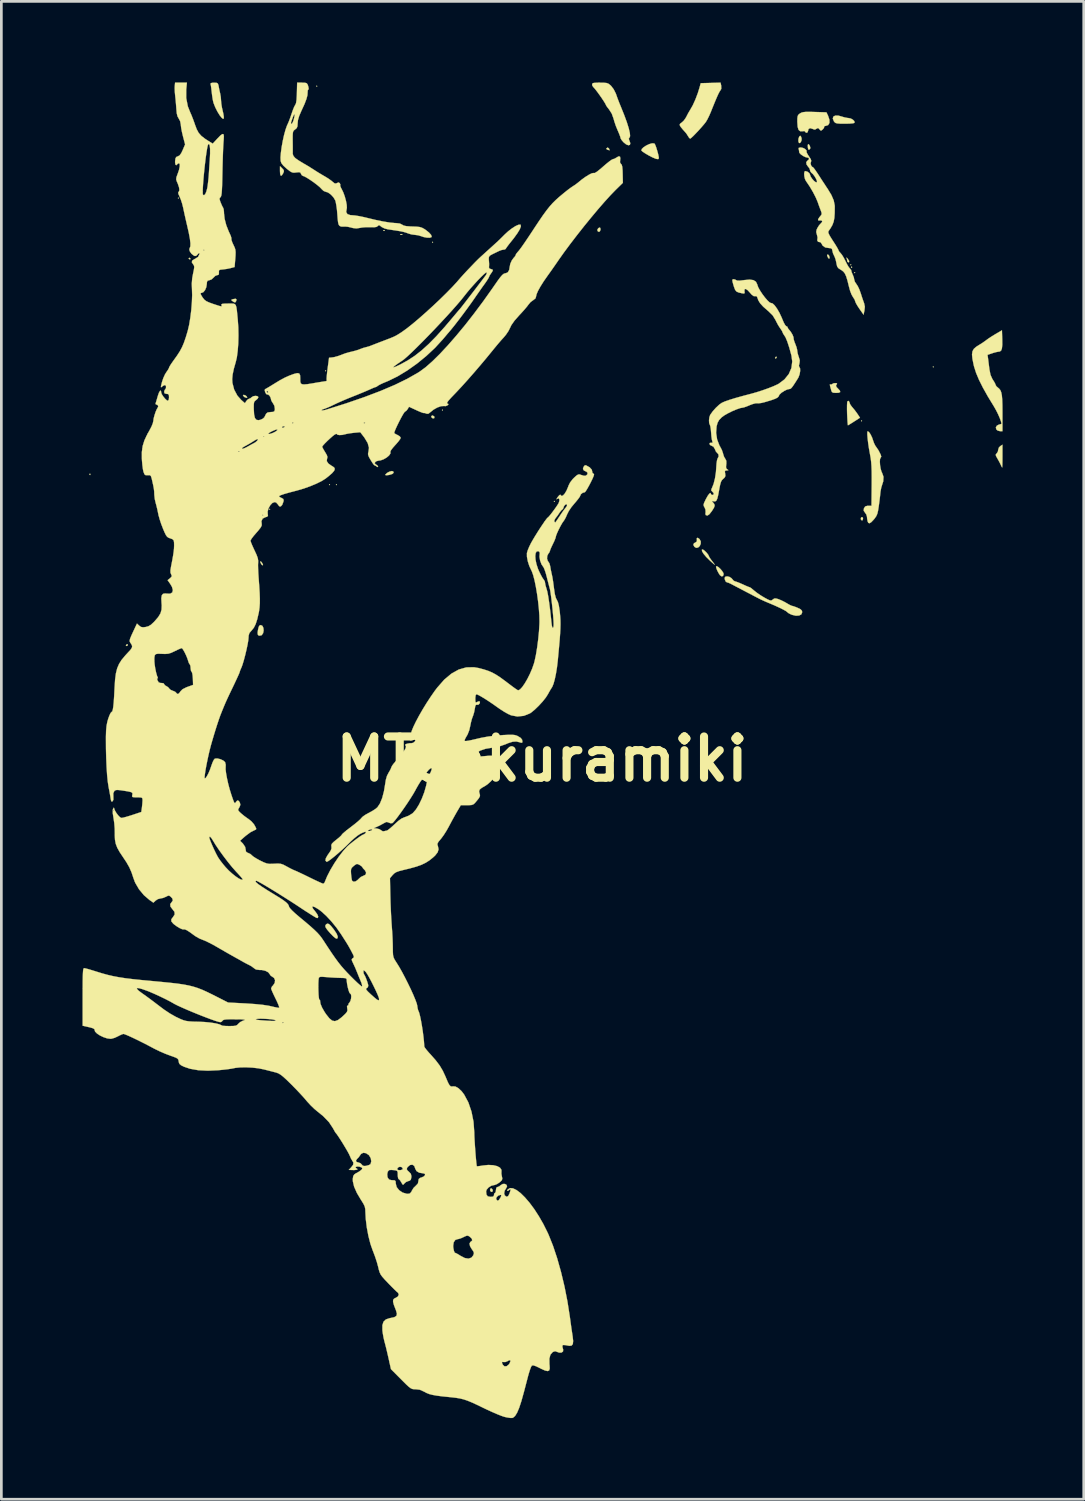
<source format=kicad_pcb>
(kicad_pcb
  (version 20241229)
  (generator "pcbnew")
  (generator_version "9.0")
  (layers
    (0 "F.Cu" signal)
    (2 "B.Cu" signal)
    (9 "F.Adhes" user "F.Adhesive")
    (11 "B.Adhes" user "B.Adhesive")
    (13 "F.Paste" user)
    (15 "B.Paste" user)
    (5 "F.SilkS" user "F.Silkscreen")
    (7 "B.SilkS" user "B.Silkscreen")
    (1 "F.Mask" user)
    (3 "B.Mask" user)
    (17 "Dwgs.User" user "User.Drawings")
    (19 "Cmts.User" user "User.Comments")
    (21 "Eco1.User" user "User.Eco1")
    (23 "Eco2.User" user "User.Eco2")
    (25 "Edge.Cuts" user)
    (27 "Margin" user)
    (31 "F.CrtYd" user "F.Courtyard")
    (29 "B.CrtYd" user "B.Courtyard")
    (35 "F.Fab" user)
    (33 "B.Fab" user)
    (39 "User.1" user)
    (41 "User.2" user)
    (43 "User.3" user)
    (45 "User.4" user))
  (footprint "MTsakuramiki"
    (layer "F.Cu")
    (at 16.987 25.008)
    (property "Reference" "MTsakuramiki" (at 0 0 0) (layer "F.SilkS") (effects (font (size 1.524 1.524) (thickness 0.3))))
    (attr through_hole)
    (fp_poly (pts (xy -13.426 -20.737) (xy -13.444 -20.719) (xy -13.462 -20.737) (xy -13.444 -20.755) (xy -13.426 -20.737)) (stroke (width 0.01) (type solid)) (fill yes) (layer "F.SilkS"))
    (fp_poly (pts (xy -10.051 -9.235) (xy -10.069 -9.217) (xy -10.087 -9.235) (xy -10.069 -9.253) (xy -10.051 -9.235)) (stroke (width 0.01) (type solid)) (fill yes) (layer "F.SilkS"))
    (fp_poly (pts (xy -8.309 -24.874) (xy -8.328 -24.856) (xy -8.346 -24.874) (xy -8.328 -24.892) (xy -8.309 -24.874)) (stroke (width 0.01) (type solid)) (fill yes) (layer "F.SilkS"))
    (fp_poly (pts (xy -7.983 -14.351) (xy -8.001 -14.333) (xy -8.019 -14.351) (xy -8.001 -14.369) (xy -7.983 -14.351)) (stroke (width 0.01) (type solid)) (fill yes) (layer "F.SilkS"))
    (fp_poly (pts (xy -7.838 -10.142) (xy -7.856 -10.124) (xy -7.874 -10.142) (xy -7.856 -10.16) (xy -7.838 -10.142)) (stroke (width 0.01) (type solid)) (fill yes) (layer "F.SilkS"))
    (fp_poly (pts (xy -7.584 -10.142) (xy -7.602 -10.124) (xy -7.62 -10.142) (xy -7.602 -10.16) (xy -7.584 -10.142)) (stroke (width 0.01) (type solid)) (fill yes) (layer "F.SilkS"))
    (fp_poly (pts (xy -4.028 -19.104) (xy -4.046 -19.086) (xy -4.064 -19.104) (xy -4.046 -19.123) (xy -4.028 -19.104)) (stroke (width 0.01) (type solid)) (fill yes) (layer "F.SilkS"))
    (fp_poly (pts (xy -3.665 -12.9) (xy -3.683 -12.881) (xy -3.701 -12.9) (xy -3.683 -12.918) (xy -3.665 -12.9)) (stroke (width 0.01) (type solid)) (fill yes) (layer "F.SilkS"))
    (fp_poly (pts (xy 0.472 -9.525) (xy 0.454 -9.507) (xy 0.435 -9.525) (xy 0.454 -9.543) (xy 0.472 -9.525)) (stroke (width 0.01) (type solid)) (fill yes) (layer "F.SilkS"))
    (fp_poly (pts (xy 11.43 -18.27) (xy 11.412 -18.252) (xy 11.394 -18.27) (xy 11.412 -18.288) (xy 11.43 -18.27)) (stroke (width 0.01) (type solid)) (fill yes) (layer "F.SilkS"))
    (fp_poly (pts (xy 11.575 -17.98) (xy 11.557 -17.961) (xy 11.539 -17.98) (xy 11.557 -17.998) (xy 11.575 -17.98)) (stroke (width 0.01) (type solid)) (fill yes) (layer "F.SilkS"))
    (fp_poly (pts (xy 11.829 -12.5) (xy 11.811 -12.482) (xy 11.793 -12.5) (xy 11.811 -12.519) (xy 11.829 -12.5)) (stroke (width 0.01) (type solid)) (fill yes) (layer "F.SilkS"))
    (fp_poly (pts (xy 14.478 -14.496) (xy 14.46 -14.478) (xy 14.442 -14.496) (xy 14.46 -14.514) (xy 14.478 -14.496)) (stroke (width 0.01) (type solid)) (fill yes) (layer "F.SilkS"))
    (fp_poly (pts (xy -16.704 -10.547) (xy -16.699 -10.504) (xy -16.704 -10.499) (xy -16.725 -10.504) (xy -16.728 -10.523) (xy -16.714 -10.553) (xy -16.704 -10.547)) (stroke (width 0.01) (type solid)) (fill yes) (layer "F.SilkS"))
    (fp_poly (pts (xy -5.818 -19.546) (xy -5.823 -19.524) (xy -5.842 -19.522) (xy -5.872 -19.535) (xy -5.866 -19.546) (xy -5.823 -19.55) (xy -5.818 -19.546)) (stroke (width 0.01) (type solid)) (fill yes) (layer "F.SilkS"))
    (fp_poly (pts (xy -5.162 -19.398) (xy -5.173 -19.382) (xy -5.21 -19.379) (xy -5.249 -19.388) (xy -5.232 -19.401) (xy -5.175 -19.406) (xy -5.162 -19.398)) (stroke (width 0.01) (type solid)) (fill yes) (layer "F.SilkS"))
    (fp_poly (pts (xy 11.454 -18.203) (xy 11.459 -18.16) (xy 11.454 -18.155) (xy 11.433 -18.16) (xy 11.43 -18.179) (xy 11.443 -18.209) (xy 11.454 -18.203)) (stroke (width 0.01) (type solid)) (fill yes) (layer "F.SilkS"))
    (fp_poly (pts (xy -15.315 -4.236) (xy -15.31 -4.219) (xy -15.335 -4.185) (xy -15.351 -4.178) (xy -15.382 -4.19) (xy -15.38 -4.207) (xy -15.348 -4.245) (xy -15.315 -4.236)) (stroke (width 0.01) (type solid)) (fill yes) (layer "F.SilkS"))
    (fp_poly (pts (xy 11.856 -8.932) (xy 11.865 -8.889) (xy 11.848 -8.827) (xy 11.809 -8.826) (xy 11.781 -8.869) (xy 11.791 -8.924) (xy 11.813 -8.94) (xy 11.856 -8.932)) (stroke (width 0.01) (type solid)) (fill yes) (layer "F.SilkS"))
    (fp_poly (pts (xy -13.027 -18.524) (xy -12.992 -18.491) (xy -12.99 -18.485) (xy -13.018 -18.47) (xy -13.027 -18.469) (xy -13.061 -18.497) (xy -13.063 -18.508) (xy -13.041 -18.53) (xy -13.027 -18.524)) (stroke (width 0.01) (type solid)) (fill yes) (layer "F.SilkS"))
    (fp_poly (pts (xy -3.994 -12.671) (xy -3.978 -12.646) (xy -3.985 -12.602) (xy -4.031 -12.591) (xy -4.076 -12.615) (xy -4.099 -12.668) (xy -4.064 -12.699) (xy -4.05 -12.7) (xy -3.994 -12.671)) (stroke (width 0.01) (type solid)) (fill yes) (layer "F.SilkS"))
    (fp_poly (pts (xy -1.827 15.919) (xy -1.821 15.942) (xy -1.836 15.993) (xy -1.866 16.002) (xy -1.913 15.971) (xy -1.923 15.926) (xy -1.904 15.873) (xy -1.864 15.872) (xy -1.827 15.919)) (stroke (width 0.01) (type solid)) (fill yes) (layer "F.SilkS"))
    (fp_poly (pts (xy 8.672 -14.849) (xy 8.672 -14.841) (xy 8.644 -14.806) (xy 8.634 -14.805) (xy 8.612 -14.827) (xy 8.618 -14.841) (xy 8.65 -14.875) (xy 8.656 -14.877) (xy 8.672 -14.849)) (stroke (width 0.01) (type solid)) (fill yes) (layer "F.SilkS"))
    (fp_poly (pts (xy -11.294 -16.989) (xy -11.306 -16.932) (xy -11.336 -16.883) (xy -11.382 -16.886) (xy -11.444 -16.927) (xy -11.487 -16.965) (xy -11.471 -16.986) (xy -11.415 -17.002) (xy -11.326 -17.015) (xy -11.294 -16.989)) (stroke (width 0.01) (type solid)) (fill yes) (layer "F.SilkS"))
    (fp_poly (pts (xy -10.361 -7.27) (xy -10.356 -7.263) (xy -10.318 -7.194) (xy -10.318 -7.161) (xy -10.355 -7.177) (xy -10.371 -7.192) (xy -10.41 -7.262) (xy -10.414 -7.291) (xy -10.401 -7.313) (xy -10.361 -7.27)) (stroke (width 0.01) (type solid)) (fill yes) (layer "F.SilkS"))
    (fp_poly (pts (xy -9.604 -21.834) (xy -9.549 -21.77) (xy -9.544 -21.715) (xy -9.569 -21.654) (xy -9.62 -21.573) (xy -9.658 -21.563) (xy -9.681 -21.622) (xy -9.688 -21.734) (xy -9.688 -21.914) (xy -9.604 -21.834)) (stroke (width 0.01) (type solid)) (fill yes) (layer "F.SilkS"))
    (fp_poly (pts (xy 2.471 -22.571) (xy 2.481 -22.552) (xy 2.495 -22.507) (xy 2.494 -22.501) (xy 2.457 -22.513) (xy 2.422 -22.522) (xy 2.378 -22.551) (xy 2.378 -22.572) (xy 2.426 -22.605) (xy 2.471 -22.571)) (stroke (width 0.01) (type solid)) (fill yes) (layer "F.SilkS"))
    (fp_poly (pts (xy 10.613 -18.602) (xy 10.628 -18.54) (xy 10.626 -18.526) (xy 10.611 -18.492) (xy 10.583 -18.518) (xy 10.566 -18.544) (xy 10.537 -18.61) (xy 10.539 -18.643) (xy 10.577 -18.645) (xy 10.613 -18.602)) (stroke (width 0.01) (type solid)) (fill yes) (layer "F.SilkS"))
    (fp_poly (pts (xy -10.954 -13.436) (xy -10.922 -13.408) (xy -10.896 -13.364) (xy -10.927 -13.353) (xy -10.931 -13.353) (xy -10.999 -13.379) (xy -11.031 -13.408) (xy -11.057 -13.451) (xy -11.025 -13.462) (xy -11.022 -13.462) (xy -10.954 -13.436)) (stroke (width 0.01) (type solid)) (fill yes) (layer "F.SilkS"))
    (fp_poly (pts (xy 2.148 -19.638) (xy 2.163 -19.585) (xy 2.145 -19.521) (xy 2.108 -19.486) (xy 2.103 -19.485) (xy 2.058 -19.512) (xy 2.049 -19.523) (xy 2.047 -19.575) (xy 2.081 -19.625) (xy 2.126 -19.647) (xy 2.148 -19.638)) (stroke (width 0.01) (type solid)) (fill yes) (layer "F.SilkS"))
    (fp_poly (pts (xy 9.568 -23.017) (xy 9.593 -22.949) (xy 9.594 -22.88) (xy 9.569 -22.813) (xy 9.532 -22.77) (xy 9.497 -22.773) (xy 9.474 -22.838) (xy 9.478 -22.93) (xy 9.505 -23.004) (xy 9.54 -23.041) (xy 9.568 -23.017)) (stroke (width 0.01) (type solid)) (fill yes) (layer "F.SilkS"))
    (fp_poly (pts (xy 9.878 -22.702) (xy 9.899 -22.662) (xy 9.92 -22.585) (xy 9.891 -22.536) (xy 9.89 -22.535) (xy 9.854 -22.522) (xy 9.833 -22.566) (xy 9.826 -22.607) (xy 9.822 -22.699) (xy 9.842 -22.732) (xy 9.878 -22.702)) (stroke (width 0.01) (type solid)) (fill yes) (layer "F.SilkS"))
    (fp_poly (pts (xy 11.272 -18.524) (xy 11.3 -18.49) (xy 11.351 -18.41) (xy 11.346 -18.367) (xy 11.321 -18.361) (xy 11.286 -18.386) (xy 11.285 -18.394) (xy 11.275 -18.454) (xy 11.264 -18.494) (xy 11.253 -18.537) (xy 11.272 -18.524)) (stroke (width 0.01) (type solid)) (fill yes) (layer "F.SilkS"))
    (fp_poly (pts (xy -5.505 -10.635) (xy -5.504 -10.635) (xy -5.486 -10.583) (xy -5.535 -10.538) (xy -5.647 -10.503) (xy -5.678 -10.498) (xy -5.768 -10.489) (xy -5.796 -10.503) (xy -5.791 -10.517) (xy -5.732 -10.575) (xy -5.646 -10.622) (xy -5.561 -10.646) (xy -5.505 -10.635)) (stroke (width 0.01) (type solid)) (fill yes) (layer "F.SilkS"))
    (fp_poly (pts (xy 6.519 -7.095) (xy 6.588 -7.032) (xy 6.653 -6.956) (xy 6.7 -6.882) (xy 6.713 -6.836) (xy 6.69 -6.766) (xy 6.636 -6.752) (xy 6.577 -6.795) (xy 6.523 -6.877) (xy 6.472 -6.977) (xy 6.438 -7.066) (xy 6.431 -7.12) (xy 6.462 -7.129) (xy 6.519 -7.095)) (stroke (width 0.01) (type solid)) (fill yes) (layer "F.SilkS"))
    (fp_poly (pts (xy -10.336 -4.923) (xy -10.301 -4.847) (xy -10.292 -4.75) (xy -10.311 -4.654) (xy -10.359 -4.584) (xy -10.375 -4.573) (xy -10.45 -4.56) (xy -10.484 -4.57) (xy -10.511 -4.609) (xy -10.514 -4.685) (xy -10.5 -4.777) (xy -10.474 -4.887) (xy -10.441 -4.94) (xy -10.397 -4.953) (xy -10.336 -4.923)) (stroke (width 0.01) (type solid)) (fill yes) (layer "F.SilkS"))
    (fp_poly (pts (xy 5.819 -8.133) (xy 5.824 -8.127) (xy 5.867 -8.044) (xy 5.864 -7.954) (xy 5.828 -7.874) (xy 5.768 -7.819) (xy 5.697 -7.807) (xy 5.633 -7.844) (xy 5.591 -7.918) (xy 5.616 -7.978) (xy 5.664 -8.002) (xy 5.721 -8.044) (xy 5.722 -8.095) (xy 5.72 -8.165) (xy 5.756 -8.179) (xy 5.819 -8.133)) (stroke (width 0.01) (type solid)) (fill yes) (layer "F.SilkS"))
    (fp_poly (pts (xy -7.875 6.101) (xy -7.806 6.165) (xy -7.711 6.282) (xy -7.679 6.326) (xy -7.594 6.455) (xy -7.553 6.556) (xy -7.557 6.621) (xy -7.599 6.64) (xy -7.646 6.615) (xy -7.725 6.547) (xy -7.819 6.451) (xy -7.835 6.433) (xy -7.94 6.311) (xy -7.998 6.226) (xy -8.014 6.167) (xy -7.992 6.122) (xy -7.971 6.101) (xy -7.927 6.082) (xy -7.875 6.101)) (stroke (width 0.01) (type solid)) (fill yes) (layer "F.SilkS"))
    (fp_poly (pts (xy 5.959 -7.737) (xy 6.024 -7.686) (xy 6.093 -7.616) (xy 6.147 -7.545) (xy 6.167 -7.498) (xy 6.189 -7.454) (xy 6.243 -7.375) (xy 6.28 -7.326) (xy 6.342 -7.245) (xy 6.377 -7.195) (xy 6.38 -7.185) (xy 6.349 -7.208) (xy 6.281 -7.267) (xy 6.2 -7.34) (xy 6.07 -7.468) (xy 5.973 -7.584) (xy 5.916 -7.676) (xy 5.907 -7.736) (xy 5.917 -7.748) (xy 5.959 -7.737)) (stroke (width 0.01) (type solid)) (fill yes) (layer "F.SilkS"))
    (fp_poly (pts (xy 17.018 -11.199) (xy 17.017 -11.033) (xy 17.015 -10.898) (xy 17.012 -10.808) (xy 17.008 -10.777) (xy 16.988 -10.806) (xy 16.955 -10.877) (xy 16.955 -10.877) (xy 16.908 -10.973) (xy 16.845 -11.087) (xy 16.829 -11.114) (xy 16.78 -11.202) (xy 16.769 -11.252) (xy 16.792 -11.286) (xy 16.804 -11.296) (xy 16.849 -11.365) (xy 16.859 -11.425) (xy 16.887 -11.516) (xy 16.936 -11.565) (xy 17.018 -11.62) (xy 17.018 -11.199)) (stroke (width 0.01) (type solid)) (fill yes) (layer "F.SilkS"))
    (fp_poly (pts (xy 4.143 -22.757) (xy 4.158 -22.748) (xy 4.185 -22.7) (xy 4.221 -22.604) (xy 4.258 -22.482) (xy 4.292 -22.358) (xy 4.313 -22.255) (xy 4.318 -22.208) (xy 4.291 -22.175) (xy 4.209 -22.187) (xy 4.072 -22.245) (xy 3.938 -22.315) (xy 3.817 -22.386) (xy 3.724 -22.447) (xy 3.675 -22.489) (xy 3.672 -22.495) (xy 3.687 -22.551) (xy 3.754 -22.616) (xy 3.852 -22.679) (xy 3.962 -22.731) (xy 4.065 -22.76) (xy 4.143 -22.757)) (stroke (width 0.01) (type solid)) (fill yes) (layer "F.SilkS"))
    (fp_poly (pts (xy 10.9 -13.891) (xy 10.902 -13.864) (xy 10.885 -13.843) (xy 10.864 -13.797) (xy 10.889 -13.746) (xy 10.935 -13.699) (xy 11.01 -13.617) (xy 11.021 -13.566) (xy 10.964 -13.54) (xy 10.872 -13.535) (xy 10.769 -13.54) (xy 10.717 -13.564) (xy 10.693 -13.616) (xy 10.666 -13.719) (xy 10.647 -13.785) (xy 10.637 -13.846) (xy 10.66 -13.848) (xy 10.71 -13.848) (xy 10.722 -13.861) (xy 10.772 -13.889) (xy 10.838 -13.897) (xy 10.9 -13.891)) (stroke (width 0.01) (type solid)) (fill yes) (layer "F.SilkS"))
    (fp_poly (pts (xy 10.953 -23.784) (xy 11.062 -23.754) (xy 11.185 -23.718) (xy 11.296 -23.697) (xy 11.33 -23.694) (xy 11.413 -23.677) (xy 11.49 -23.633) (xy 11.542 -23.58) (xy 11.553 -23.531) (xy 11.537 -23.512) (xy 11.481 -23.499) (xy 11.373 -23.49) (xy 11.231 -23.486) (xy 11.167 -23.486) (xy 11.011 -23.488) (xy 10.91 -23.496) (xy 10.849 -23.513) (xy 10.811 -23.543) (xy 10.788 -23.573) (xy 10.747 -23.674) (xy 10.766 -23.746) (xy 10.838 -23.785) (xy 10.953 -23.784)) (stroke (width 0.01) (type solid)) (fill yes) (layer "F.SilkS"))
    (fp_poly (pts (xy 11.364 -13.19) (xy 11.371 -13.157) (xy 11.4 -13.093) (xy 11.461 -13.012) (xy 11.472 -13) (xy 11.553 -12.903) (xy 11.638 -12.788) (xy 11.659 -12.758) (xy 11.752 -12.617) (xy 11.535 -12.477) (xy 11.427 -12.408) (xy 11.346 -12.358) (xy 11.307 -12.337) (xy 11.306 -12.337) (xy 11.3 -12.371) (xy 11.292 -12.463) (xy 11.284 -12.6) (xy 11.276 -12.764) (xy 11.272 -12.934) (xy 11.273 -13.078) (xy 11.279 -13.18) (xy 11.289 -13.224) (xy 11.333 -13.24) (xy 11.364 -13.19)) (stroke (width 0.01) (type solid)) (fill yes) (layer "F.SilkS"))
    (fp_poly (pts (xy -12.03 -24.996) (xy -11.984 -24.97) (xy -11.961 -24.902) (xy -11.954 -24.865) (xy -11.929 -24.732) (xy -11.899 -24.603) (xy -11.899 -24.602) (xy -11.876 -24.474) (xy -11.866 -24.339) (xy -11.866 -24.335) (xy -11.856 -24.221) (xy -11.832 -24.076) (xy -11.809 -23.977) (xy -11.781 -23.852) (xy -11.765 -23.749) (xy -11.764 -23.7) (xy -11.778 -23.664) (xy -11.811 -23.677) (xy -11.85 -23.713) (xy -11.922 -23.804) (xy -12.003 -23.938) (xy -12.08 -24.091) (xy -12.138 -24.237) (xy -12.15 -24.275) (xy -12.173 -24.378) (xy -12.195 -24.521) (xy -12.211 -24.653) (xy -12.226 -24.787) (xy -12.241 -24.894) (xy -12.254 -24.953) (xy -12.245 -24.985) (xy -12.179 -24.999) (xy -12.125 -25.001) (xy -12.03 -24.996)) (stroke (width 0.01) (type solid)) (fill yes) (layer "F.SilkS"))
    (fp_poly (pts (xy 6.622 -24.891) (xy 6.625 -24.775) (xy 6.593 -24.717) (xy 6.562 -24.673) (xy 6.522 -24.597) (xy 6.469 -24.481) (xy 6.4 -24.319) (xy 6.311 -24.101) (xy 6.239 -23.921) (xy 6.176 -23.776) (xy 6.11 -23.643) (xy 6.055 -23.55) (xy 6.051 -23.545) (xy 5.982 -23.458) (xy 5.889 -23.35) (xy 5.783 -23.232) (xy 5.676 -23.119) (xy 5.582 -23.023) (xy 5.51 -22.957) (xy 5.475 -22.933) (xy 5.438 -22.961) (xy 5.403 -23.014) (xy 5.349 -23.101) (xy 5.312 -23.15) (xy 5.195 -23.281) (xy 5.123 -23.37) (xy 5.09 -23.429) (xy 5.092 -23.47) (xy 5.126 -23.504) (xy 5.171 -23.535) (xy 5.244 -23.605) (xy 5.315 -23.709) (xy 5.334 -23.744) (xy 5.397 -23.866) (xy 5.464 -23.98) (xy 5.478 -24.003) (xy 5.571 -24.167) (xy 5.667 -24.378) (xy 5.755 -24.61) (xy 5.82 -24.819) (xy 5.865 -24.983) (xy 6.231 -24.993) (xy 6.598 -25.003) (xy 6.622 -24.891)) (stroke (width 0.01) (type solid)) (fill yes) (layer "F.SilkS"))
    (fp_poly (pts (xy 10.063 -23.92) (xy 10.073 -23.919) (xy 10.512 -23.906) (xy 10.572 -23.781) (xy 10.622 -23.633) (xy 10.623 -23.515) (xy 10.576 -23.435) (xy 10.484 -23.404) (xy 10.477 -23.404) (xy 10.43 -23.391) (xy 10.429 -23.373) (xy 10.42 -23.328) (xy 10.376 -23.276) (xy 10.321 -23.232) (xy 10.286 -23.24) (xy 10.254 -23.279) (xy 10.208 -23.325) (xy 10.161 -23.311) (xy 10.145 -23.298) (xy 10.086 -23.267) (xy 10.017 -23.285) (xy 9.999 -23.294) (xy 9.906 -23.321) (xy 9.849 -23.288) (xy 9.833 -23.221) (xy 9.81 -23.163) (xy 9.779 -23.15) (xy 9.731 -23.172) (xy 9.725 -23.191) (xy 9.695 -23.214) (xy 9.63 -23.207) (xy 9.542 -23.206) (xy 9.482 -23.257) (xy 9.448 -23.367) (xy 9.436 -23.541) (xy 9.435 -23.556) (xy 9.437 -23.688) (xy 9.449 -23.769) (xy 9.477 -23.82) (xy 9.528 -23.861) (xy 9.534 -23.865) (xy 9.586 -23.894) (xy 9.65 -23.912) (xy 9.741 -23.922) (xy 9.874 -23.924) (xy 10.063 -23.92)) (stroke (width 0.01) (type solid)) (fill yes) (layer "F.SilkS"))
    (fp_poly (pts (xy 2.287 -24.999) (xy 2.383 -24.99) (xy 2.449 -24.967) (xy 2.508 -24.924) (xy 2.552 -24.883) (xy 2.647 -24.759) (xy 2.726 -24.603) (xy 2.74 -24.565) (xy 2.789 -24.426) (xy 2.853 -24.258) (xy 2.913 -24.112) (xy 3.037 -23.804) (xy 3.135 -23.537) (xy 3.204 -23.315) (xy 3.244 -23.143) (xy 3.254 -23.027) (xy 3.231 -22.97) (xy 3.23 -22.969) (xy 3.204 -22.929) (xy 3.226 -22.867) (xy 3.262 -22.765) (xy 3.247 -22.704) (xy 3.192 -22.688) (xy 3.109 -22.72) (xy 3.008 -22.802) (xy 2.942 -22.88) (xy 2.905 -22.942) (xy 2.903 -22.954) (xy 2.889 -23.007) (xy 2.852 -23.106) (xy 2.799 -23.23) (xy 2.792 -23.246) (xy 2.729 -23.399) (xy 2.675 -23.557) (xy 2.642 -23.675) (xy 2.576 -23.858) (xy 2.481 -24.007) (xy 2.412 -24.095) (xy 2.368 -24.16) (xy 2.359 -24.181) (xy 2.338 -24.225) (xy 2.285 -24.312) (xy 2.21 -24.425) (xy 2.125 -24.547) (xy 2.039 -24.665) (xy 1.965 -24.761) (xy 1.914 -24.82) (xy 1.902 -24.83) (xy 1.859 -24.888) (xy 1.851 -24.93) (xy 1.857 -24.965) (xy 1.886 -24.987) (xy 1.953 -24.997) (xy 2.071 -25.001) (xy 2.14 -25.001) (xy 2.287 -24.999)) (stroke (width 0.01) (type solid)) (fill yes) (layer "F.SilkS"))
    (fp_poly (pts (xy 12.086 -12.085) (xy 12.144 -12) (xy 12.2 -11.883) (xy 12.231 -11.791) (xy 12.271 -11.678) (xy 12.316 -11.587) (xy 12.331 -11.566) (xy 12.434 -11.416) (xy 12.518 -11.252) (xy 12.539 -11.176) (xy 12.515 -11.137) (xy 12.492 -11.086) (xy 12.486 -10.988) (xy 12.494 -10.863) (xy 12.515 -10.736) (xy 12.546 -10.627) (xy 12.57 -10.577) (xy 12.621 -10.434) (xy 12.611 -10.263) (xy 12.575 -10.152) (xy 12.539 -10.035) (xy 12.512 -9.895) (xy 12.506 -9.848) (xy 12.494 -9.727) (xy 12.475 -9.565) (xy 12.452 -9.391) (xy 12.446 -9.345) (xy 12.42 -9.181) (xy 12.393 -9.067) (xy 12.355 -8.98) (xy 12.299 -8.899) (xy 12.271 -8.864) (xy 12.173 -8.759) (xy 12.105 -8.716) (xy 12.059 -8.731) (xy 12.033 -8.79) (xy 12.015 -8.895) (xy 12.011 -8.954) (xy 11.986 -9.04) (xy 11.939 -9.107) (xy 11.889 -9.178) (xy 11.896 -9.256) (xy 11.901 -9.27) (xy 11.944 -9.337) (xy 12.02 -9.36) (xy 12.057 -9.362) (xy 12.177 -9.362) (xy 12.185 -10.133) (xy 12.186 -10.417) (xy 12.184 -10.644) (xy 12.177 -10.828) (xy 12.165 -10.984) (xy 12.147 -11.126) (xy 12.122 -11.267) (xy 12.084 -11.48) (xy 12.054 -11.68) (xy 12.034 -11.855) (xy 12.023 -11.995) (xy 12.024 -12.086) (xy 12.037 -12.118) (xy 12.086 -12.085)) (stroke (width 0.01) (type solid)) (fill yes) (layer "F.SilkS"))
    (fp_poly (pts (xy 17.01 -15.504) (xy 17.012 -15.312) (xy 16.999 -15.182) (xy 16.971 -15.103) (xy 16.923 -15.065) (xy 16.875 -15.059) (xy 16.806 -15.047) (xy 16.699 -15.019) (xy 16.64 -15) (xy 16.467 -14.941) (xy 16.488 -14.791) (xy 16.503 -14.672) (xy 16.522 -14.52) (xy 16.537 -14.402) (xy 16.576 -14.203) (xy 16.645 -14.048) (xy 16.665 -14.019) (xy 16.723 -13.926) (xy 16.759 -13.854) (xy 16.764 -13.834) (xy 16.791 -13.783) (xy 16.835 -13.743) (xy 16.895 -13.693) (xy 16.941 -13.634) (xy 16.973 -13.555) (xy 16.996 -13.444) (xy 17.009 -13.293) (xy 17.016 -13.091) (xy 17.018 -12.828) (xy 17.018 -12.8) (xy 17.018 -12.119) (xy 16.932 -12.119) (xy 16.844 -12.142) (xy 16.798 -12.177) (xy 16.773 -12.251) (xy 16.808 -12.321) (xy 16.889 -12.364) (xy 16.904 -12.367) (xy 16.966 -12.384) (xy 16.982 -12.398) (xy 16.965 -12.477) (xy 16.921 -12.599) (xy 16.858 -12.744) (xy 16.784 -12.892) (xy 16.709 -13.024) (xy 16.708 -13.027) (xy 16.479 -13.402) (xy 16.295 -13.73) (xy 16.151 -14.018) (xy 16.043 -14.275) (xy 15.969 -14.508) (xy 15.952 -14.579) (xy 15.909 -14.792) (xy 15.893 -14.951) (xy 15.909 -15.07) (xy 15.96 -15.162) (xy 16.049 -15.24) (xy 16.137 -15.296) (xy 16.26 -15.372) (xy 16.375 -15.451) (xy 16.419 -15.485) (xy 16.506 -15.548) (xy 16.63 -15.629) (xy 16.763 -15.71) (xy 16.764 -15.711) (xy 17 -15.849) (xy 17.01 -15.504)) (stroke (width 0.01) (type solid)) (fill yes) (layer "F.SilkS"))
    (fp_poly (pts (xy 6.925 -6.734) (xy 6.999 -6.688) (xy 7.025 -6.658) (xy 7.082 -6.593) (xy 7.132 -6.568) (xy 7.187 -6.553) (xy 7.286 -6.515) (xy 7.409 -6.462) (xy 7.415 -6.459) (xy 7.534 -6.405) (xy 7.627 -6.366) (xy 7.675 -6.35) (xy 7.676 -6.35) (xy 7.716 -6.328) (xy 7.788 -6.27) (xy 7.838 -6.228) (xy 7.94 -6.147) (xy 8.077 -6.053) (xy 8.216 -5.969) (xy 8.339 -5.902) (xy 8.418 -5.867) (xy 8.467 -5.86) (xy 8.505 -5.878) (xy 8.527 -5.896) (xy 8.582 -5.934) (xy 8.644 -5.937) (xy 8.733 -5.912) (xy 8.848 -5.865) (xy 8.981 -5.798) (xy 9.039 -5.764) (xy 9.139 -5.706) (xy 9.217 -5.669) (xy 9.245 -5.661) (xy 9.298 -5.647) (xy 9.392 -5.613) (xy 9.449 -5.589) (xy 9.554 -5.537) (xy 9.604 -5.486) (xy 9.616 -5.43) (xy 9.586 -5.35) (xy 9.504 -5.306) (xy 9.384 -5.298) (xy 9.241 -5.331) (xy 9.194 -5.35) (xy 9.109 -5.394) (xy 9.059 -5.435) (xy 9.057 -5.437) (xy 9.011 -5.473) (xy 8.91 -5.529) (xy 8.768 -5.599) (xy 8.598 -5.677) (xy 8.412 -5.756) (xy 8.382 -5.768) (xy 8.246 -5.826) (xy 8.116 -5.885) (xy 8.055 -5.914) (xy 7.978 -5.954) (xy 7.852 -6.019) (xy 7.694 -6.102) (xy 7.518 -6.194) (xy 7.341 -6.287) (xy 7.178 -6.372) (xy 7.045 -6.442) (xy 6.967 -6.483) (xy 6.886 -6.519) (xy 6.835 -6.531) (xy 6.787 -6.563) (xy 6.755 -6.642) (xy 6.749 -6.698) (xy 6.777 -6.742) (xy 6.843 -6.753) (xy 6.925 -6.734)) (stroke (width 0.01) (type solid)) (fill yes) (layer "F.SilkS"))
    (fp_poly (pts (xy 9.65 -22.589) (xy 9.725 -22.548) (xy 9.775 -22.498) (xy 9.779 -22.455) (xy 9.776 -22.452) (xy 9.784 -22.414) (xy 9.826 -22.338) (xy 9.867 -22.277) (xy 9.933 -22.174) (xy 9.952 -22.109) (xy 9.94 -22.077) (xy 9.926 -22.017) (xy 9.945 -21.942) (xy 9.985 -21.889) (xy 10.009 -21.88) (xy 10.039 -21.852) (xy 10.097 -21.774) (xy 10.175 -21.661) (xy 10.234 -21.571) (xy 10.334 -21.415) (xy 10.435 -21.262) (xy 10.519 -21.133) (xy 10.549 -21.09) (xy 10.692 -20.855) (xy 10.781 -20.65) (xy 10.818 -20.463) (xy 10.82 -20.411) (xy 10.817 -20.179) (xy 10.805 -20.003) (xy 10.778 -19.863) (xy 10.733 -19.742) (xy 10.664 -19.622) (xy 10.592 -19.519) (xy 10.579 -19.482) (xy 10.593 -19.425) (xy 10.637 -19.338) (xy 10.718 -19.208) (xy 10.754 -19.152) (xy 10.84 -19.019) (xy 10.908 -18.907) (xy 10.949 -18.831) (xy 10.958 -18.807) (xy 10.983 -18.758) (xy 11.034 -18.702) (xy 11.088 -18.635) (xy 11.155 -18.525) (xy 11.22 -18.397) (xy 11.281 -18.276) (xy 11.338 -18.181) (xy 11.379 -18.133) (xy 11.38 -18.132) (xy 11.425 -18.079) (xy 11.43 -18.054) (xy 11.446 -17.99) (xy 11.484 -17.902) (xy 11.484 -17.902) (xy 11.523 -17.804) (xy 11.539 -17.722) (xy 11.563 -17.642) (xy 11.62 -17.558) (xy 11.62 -17.557) (xy 11.672 -17.478) (xy 11.73 -17.355) (xy 11.78 -17.216) (xy 11.826 -17.072) (xy 11.871 -16.94) (xy 11.904 -16.85) (xy 11.932 -16.721) (xy 11.917 -16.582) (xy 11.884 -16.426) (xy 11.729 -16.646) (xy 11.654 -16.761) (xy 11.599 -16.858) (xy 11.575 -16.918) (xy 11.575 -16.921) (xy 11.553 -16.985) (xy 11.5 -17.067) (xy 11.492 -17.079) (xy 11.439 -17.172) (xy 11.385 -17.313) (xy 11.342 -17.472) (xy 11.29 -17.684) (xy 11.243 -17.838) (xy 11.194 -17.946) (xy 11.136 -18.02) (xy 11.065 -18.074) (xy 11.04 -18.088) (xy 10.955 -18.143) (xy 10.909 -18.206) (xy 10.884 -18.307) (xy 10.88 -18.336) (xy 10.853 -18.459) (xy 10.816 -18.564) (xy 10.801 -18.593) (xy 10.755 -18.694) (xy 10.734 -18.781) (xy 10.714 -18.857) (xy 10.662 -18.885) (xy 10.614 -18.888) (xy 10.467 -18.911) (xy 10.373 -18.977) (xy 10.338 -19.04) (xy 10.294 -19.104) (xy 10.253 -19.11) (xy 10.203 -19.121) (xy 10.172 -19.172) (xy 10.179 -19.233) (xy 10.18 -19.235) (xy 10.183 -19.288) (xy 10.162 -19.376) (xy 10.158 -19.388) (xy 10.134 -19.482) (xy 10.148 -19.566) (xy 10.179 -19.632) (xy 10.239 -19.728) (xy 10.303 -19.799) (xy 10.311 -19.805) (xy 10.356 -19.862) (xy 10.34 -19.905) (xy 10.273 -19.911) (xy 10.265 -19.909) (xy 10.208 -19.911) (xy 10.204 -19.953) (xy 10.251 -20.028) (xy 10.276 -20.056) (xy 10.328 -20.122) (xy 10.335 -20.183) (xy 10.31 -20.258) (xy 10.272 -20.357) (xy 10.223 -20.49) (xy 10.188 -20.592) (xy 10.117 -20.759) (xy 10.016 -20.956) (xy 9.897 -21.158) (xy 9.776 -21.338) (xy 9.754 -21.368) (xy 9.717 -21.445) (xy 9.695 -21.543) (xy 9.688 -21.64) (xy 9.701 -21.712) (xy 9.727 -21.735) (xy 9.811 -21.711) (xy 9.881 -21.656) (xy 9.907 -21.598) (xy 9.929 -21.53) (xy 9.982 -21.451) (xy 10.048 -21.376) (xy 10.112 -21.326) (xy 10.156 -21.318) (xy 10.159 -21.321) (xy 10.161 -21.368) (xy 10.128 -21.449) (xy 10.074 -21.542) (xy 10.01 -21.625) (xy 9.954 -21.673) (xy 9.912 -21.731) (xy 9.906 -21.768) (xy 9.881 -21.84) (xy 9.833 -21.898) (xy 9.776 -21.979) (xy 9.765 -22.059) (xy 9.803 -22.115) (xy 9.815 -22.121) (xy 9.86 -22.16) (xy 9.867 -22.207) (xy 9.833 -22.231) (xy 9.824 -22.231) (xy 9.748 -22.246) (xy 9.655 -22.29) (xy 9.568 -22.349) (xy 9.514 -22.406) (xy 9.507 -22.428) (xy 9.494 -22.519) (xy 9.485 -22.549) (xy 9.485 -22.59) (xy 9.54 -22.605) (xy 9.57 -22.606) (xy 9.65 -22.589)) (stroke (width 0.01) (type solid)) (fill yes) (layer "F.SilkS"))
    (fp_poly (pts (xy -8.759 -24.998) (xy -8.699 -24.981) (xy -8.667 -24.936) (xy -8.645 -24.874) (xy -8.627 -24.789) (xy -8.636 -24.748) (xy -8.64 -24.747) (xy -8.662 -24.716) (xy -8.666 -24.647) (xy -8.673 -24.539) (xy -8.71 -24.399) (xy -8.779 -24.217) (xy -8.885 -23.985) (xy -8.895 -23.964) (xy -8.978 -23.772) (xy -9.023 -23.62) (xy -9.035 -23.502) (xy -9.042 -23.39) (xy -9.071 -23.321) (xy -9.128 -23.273) (xy -9.169 -23.242) (xy -9.196 -23.207) (xy -9.211 -23.151) (xy -9.217 -23.059) (xy -9.218 -22.917) (xy -9.217 -22.827) (xy -9.215 -22.66) (xy -9.215 -22.515) (xy -9.215 -22.41) (xy -9.216 -22.37) (xy -9.193 -22.297) (xy -9.133 -22.225) (xy -9.079 -22.183) (xy -9.015 -22.138) (xy -8.925 -22.082) (xy -8.797 -22.005) (xy -8.673 -21.933) (xy -8.564 -21.866) (xy -8.436 -21.785) (xy -8.384 -21.751) (xy -8.257 -21.671) (xy -8.108 -21.582) (xy -8.028 -21.536) (xy -7.905 -21.461) (xy -7.795 -21.383) (xy -7.741 -21.338) (xy -7.67 -21.281) (xy -7.616 -21.275) (xy -7.584 -21.291) (xy -7.52 -21.314) (xy -7.478 -21.286) (xy -7.455 -21.234) (xy -7.461 -21.217) (xy -7.458 -21.175) (xy -7.424 -21.098) (xy -7.41 -21.075) (xy -7.349 -20.95) (xy -7.293 -20.797) (xy -7.249 -20.635) (xy -7.221 -20.487) (xy -7.215 -20.373) (xy -7.223 -20.333) (xy -7.241 -20.221) (xy -7.196 -20.145) (xy -7.091 -20.107) (xy -7.021 -20.102) (xy -6.915 -20.093) (xy -6.764 -20.069) (xy -6.593 -20.034) (xy -6.506 -20.013) (xy -6.169 -19.932) (xy -5.874 -19.871) (xy -5.628 -19.831) (xy -5.44 -19.813) (xy -5.4 -19.812) (xy -5.258 -19.796) (xy -5.171 -19.753) (xy -5.117 -19.721) (xy -5.023 -19.7) (xy -4.876 -19.688) (xy -4.792 -19.685) (xy -4.632 -19.679) (xy -4.522 -19.666) (xy -4.438 -19.64) (xy -4.358 -19.597) (xy -4.305 -19.562) (xy -4.182 -19.465) (xy -4.104 -19.379) (xy -4.079 -19.314) (xy -4.089 -19.291) (xy -4.151 -19.271) (xy -4.254 -19.273) (xy -4.373 -19.295) (xy -4.458 -19.324) (xy -4.58 -19.361) (xy -4.704 -19.377) (xy -4.704 -19.377) (xy -4.823 -19.392) (xy -4.949 -19.429) (xy -4.963 -19.435) (xy -5.037 -19.462) (xy -5.126 -19.487) (xy -5.245 -19.512) (xy -5.405 -19.538) (xy -5.621 -19.57) (xy -5.697 -19.581) (xy -5.818 -19.612) (xy -5.922 -19.663) (xy -5.945 -19.68) (xy -6.007 -19.73) (xy -6.046 -19.729) (xy -6.072 -19.703) (xy -6.118 -19.671) (xy -6.204 -19.658) (xy -6.345 -19.661) (xy -6.497 -19.661) (xy -6.648 -19.649) (xy -6.731 -19.634) (xy -6.861 -19.614) (xy -6.988 -19.628) (xy -7.061 -19.648) (xy -7.18 -19.675) (xy -7.282 -19.684) (xy -7.316 -19.681) (xy -7.413 -19.681) (xy -7.468 -19.699) (xy -7.501 -19.726) (xy -7.525 -19.772) (xy -7.542 -19.852) (xy -7.556 -19.98) (xy -7.567 -20.129) (xy -7.582 -20.306) (xy -7.605 -20.47) (xy -7.629 -20.599) (xy -7.646 -20.654) (xy -7.712 -20.765) (xy -7.808 -20.868) (xy -7.914 -20.943) (xy -8.009 -20.973) (xy -8.01 -20.973) (xy -8.076 -21.001) (xy -8.148 -21.068) (xy -8.156 -21.078) (xy -8.218 -21.142) (xy -8.319 -21.226) (xy -8.443 -21.32) (xy -8.573 -21.41) (xy -8.694 -21.487) (xy -8.788 -21.538) (xy -8.836 -21.554) (xy -8.885 -21.584) (xy -8.909 -21.63) (xy -8.934 -21.677) (xy -8.981 -21.693) (xy -9.074 -21.685) (xy -9.087 -21.683) (xy -9.172 -21.674) (xy -9.24 -21.685) (xy -9.311 -21.723) (xy -9.41 -21.799) (xy -9.443 -21.826) (xy -9.565 -21.937) (xy -9.636 -22.029) (xy -9.663 -22.108) (xy -9.668 -22.235) (xy -9.654 -22.412) (xy -9.626 -22.621) (xy -9.586 -22.844) (xy -9.538 -23.062) (xy -9.485 -23.256) (xy -9.432 -23.408) (xy -9.417 -23.441) (xy -9.395 -23.489) (xy -9.282 -23.489) (xy -9.267 -23.477) (xy -9.263 -23.477) (xy -9.232 -23.508) (xy -9.196 -23.586) (xy -9.186 -23.617) (xy -9.157 -23.73) (xy -9.147 -23.806) (xy -9.153 -23.836) (xy -9.175 -23.811) (xy -9.202 -23.749) (xy -9.253 -23.612) (xy -9.279 -23.53) (xy -9.282 -23.489) (xy -9.395 -23.489) (xy -9.364 -23.56) (xy -9.305 -23.716) (xy -9.253 -23.87) (xy -9.206 -24.005) (xy -9.161 -24.115) (xy -9.124 -24.18) (xy -9.121 -24.185) (xy -9.094 -24.246) (xy -9.075 -24.371) (xy -9.064 -24.564) (xy -9.063 -24.617) (xy -9.053 -25.001) (xy -8.869 -25.001) (xy -8.759 -24.998)) (stroke (width 0.01) (type solid)) (fill yes) (layer "F.SilkS"))
    (fp_poly (pts (xy 7.134 -17.727) (xy 7.166 -17.707) (xy 7.217 -17.686) (xy 7.305 -17.684) (xy 7.447 -17.701) (xy 7.474 -17.705) (xy 7.672 -17.723) (xy 7.814 -17.703) (xy 7.906 -17.644) (xy 7.956 -17.542) (xy 7.96 -17.523) (xy 7.993 -17.434) (xy 8.057 -17.319) (xy 8.14 -17.192) (xy 8.233 -17.068) (xy 8.323 -16.962) (xy 8.401 -16.887) (xy 8.455 -16.857) (xy 8.462 -16.858) (xy 8.522 -16.841) (xy 8.6 -16.767) (xy 8.687 -16.647) (xy 8.776 -16.493) (xy 8.858 -16.317) (xy 8.879 -16.265) (xy 8.932 -16.141) (xy 8.982 -16.048) (xy 9.02 -16.004) (xy 9.025 -16.002) (xy 9.068 -15.981) (xy 9.071 -15.968) (xy 9.094 -15.916) (xy 9.117 -15.887) (xy 9.194 -15.792) (xy 9.257 -15.687) (xy 9.293 -15.598) (xy 9.296 -15.564) (xy 9.305 -15.499) (xy 9.338 -15.399) (xy 9.36 -15.346) (xy 9.404 -15.229) (xy 9.43 -15.123) (xy 9.433 -15.09) (xy 9.448 -14.993) (xy 9.483 -14.878) (xy 9.491 -14.859) (xy 9.526 -14.739) (xy 9.517 -14.637) (xy 9.511 -14.62) (xy 9.494 -14.533) (xy 9.509 -14.495) (xy 9.538 -14.439) (xy 9.54 -14.341) (xy 9.52 -14.223) (xy 9.479 -14.111) (xy 9.46 -14.077) (xy 9.356 -13.912) (xy 9.282 -13.8) (xy 9.23 -13.731) (xy 9.193 -13.694) (xy 9.162 -13.681) (xy 9.149 -13.68) (xy 9.059 -13.659) (xy 8.951 -13.607) (xy 8.848 -13.539) (xy 8.776 -13.47) (xy 8.758 -13.436) (xy 8.738 -13.394) (xy 8.694 -13.356) (xy 8.616 -13.317) (xy 8.492 -13.272) (xy 8.313 -13.217) (xy 8.227 -13.192) (xy 8.103 -13.162) (xy 8 -13.149) (xy 7.951 -13.152) (xy 7.885 -13.149) (xy 7.779 -13.12) (xy 7.679 -13.082) (xy 7.561 -13.033) (xy 7.465 -13) (xy 7.418 -12.99) (xy 7.324 -12.973) (xy 7.189 -12.926) (xy 7.032 -12.86) (xy 6.876 -12.783) (xy 6.739 -12.705) (xy 6.643 -12.635) (xy 6.642 -12.635) (xy 6.545 -12.534) (xy 6.488 -12.431) (xy 6.451 -12.296) (xy 6.434 -12.059) (xy 6.471 -11.814) (xy 6.556 -11.592) (xy 6.587 -11.539) (xy 6.647 -11.423) (xy 6.688 -11.303) (xy 6.691 -11.287) (xy 6.724 -11.182) (xy 6.771 -11.099) (xy 6.773 -11.098) (xy 6.811 -11.024) (xy 6.812 -10.916) (xy 6.808 -10.889) (xy 6.8 -10.787) (xy 6.82 -10.73) (xy 6.849 -10.707) (xy 6.888 -10.68) (xy 6.862 -10.67) (xy 6.828 -10.669) (xy 6.772 -10.66) (xy 6.757 -10.622) (xy 6.769 -10.552) (xy 6.777 -10.462) (xy 6.742 -10.398) (xy 6.698 -10.359) (xy 6.65 -10.312) (xy 6.614 -10.248) (xy 6.585 -10.151) (xy 6.555 -10.004) (xy 6.544 -9.94) (xy 6.509 -9.752) (xy 6.477 -9.626) (xy 6.443 -9.553) (xy 6.4 -9.523) (xy 6.346 -9.526) (xy 6.336 -9.529) (xy 6.284 -9.542) (xy 6.287 -9.523) (xy 6.323 -9.482) (xy 6.369 -9.42) (xy 6.38 -9.362) (xy 6.353 -9.288) (xy 6.285 -9.179) (xy 6.275 -9.164) (xy 6.186 -9.05) (xy 6.114 -9.001) (xy 6.056 -9.016) (xy 6.048 -9.022) (xy 6.038 -9.072) (xy 6.045 -9.128) (xy 6.04 -9.223) (xy 6.006 -9.301) (xy 5.977 -9.353) (xy 5.97 -9.402) (xy 5.989 -9.468) (xy 6.038 -9.572) (xy 6.058 -9.613) (xy 6.128 -9.737) (xy 6.186 -9.814) (xy 6.225 -9.838) (xy 6.241 -9.801) (xy 6.241 -9.797) (xy 6.271 -9.765) (xy 6.296 -9.761) (xy 6.343 -9.782) (xy 6.34 -9.833) (xy 6.291 -9.887) (xy 6.253 -9.929) (xy 6.262 -9.984) (xy 6.279 -10.018) (xy 6.341 -10.172) (xy 6.392 -10.375) (xy 6.427 -10.606) (xy 6.44 -10.789) (xy 6.45 -10.929) (xy 6.467 -11.043) (xy 6.487 -11.108) (xy 6.491 -11.114) (xy 6.529 -11.191) (xy 6.515 -11.272) (xy 6.476 -11.312) (xy 6.426 -11.368) (xy 6.392 -11.449) (xy 6.337 -11.544) (xy 6.275 -11.576) (xy 6.211 -11.609) (xy 6.187 -11.653) (xy 6.206 -11.687) (xy 6.255 -11.69) (xy 6.303 -11.693) (xy 6.296 -11.739) (xy 6.293 -11.745) (xy 6.276 -11.813) (xy 6.26 -11.929) (xy 6.249 -12.065) (xy 6.238 -12.197) (xy 6.221 -12.3) (xy 6.203 -12.353) (xy 6.202 -12.353) (xy 6.177 -12.42) (xy 6.171 -12.525) (xy 6.185 -12.637) (xy 6.215 -12.722) (xy 6.305 -12.849) (xy 6.425 -12.984) (xy 6.551 -13.101) (xy 6.64 -13.165) (xy 6.747 -13.214) (xy 6.916 -13.274) (xy 7.15 -13.346) (xy 7.452 -13.43) (xy 7.728 -13.502) (xy 7.932 -13.56) (xy 8.15 -13.63) (xy 8.364 -13.706) (xy 8.554 -13.781) (xy 8.701 -13.848) (xy 8.745 -13.871) (xy 8.961 -14.034) (xy 9.12 -14.231) (xy 9.217 -14.454) (xy 9.248 -14.695) (xy 9.219 -14.913) (xy 9.139 -15.206) (xy 9.066 -15.43) (xy 9.001 -15.585) (xy 8.966 -15.642) (xy 8.915 -15.719) (xy 8.89 -15.772) (xy 8.89 -15.776) (xy 8.87 -15.822) (xy 8.82 -15.9) (xy 8.797 -15.931) (xy 8.725 -16.043) (xy 8.653 -16.179) (xy 8.628 -16.231) (xy 8.526 -16.398) (xy 8.363 -16.559) (xy 8.349 -16.57) (xy 8.177 -16.72) (xy 8.061 -16.847) (xy 7.991 -16.962) (xy 7.969 -17.029) (xy 7.94 -17.101) (xy 7.892 -17.113) (xy 7.876 -17.109) (xy 7.817 -17.114) (xy 7.746 -17.169) (xy 7.689 -17.234) (xy 7.599 -17.332) (xy 7.529 -17.377) (xy 7.488 -17.367) (xy 7.482 -17.302) (xy 7.484 -17.288) (xy 7.49 -17.226) (xy 7.461 -17.208) (xy 7.389 -17.218) (xy 7.262 -17.247) (xy 7.185 -17.283) (xy 7.136 -17.345) (xy 7.096 -17.451) (xy 7.08 -17.501) (xy 7.045 -17.625) (xy 7.033 -17.695) (xy 7.044 -17.729) (xy 7.063 -17.738) (xy 7.134 -17.727)) (stroke (width 0.01) (type solid)) (fill yes) (layer "F.SilkS"))
    (fp_poly (pts (xy -13.153 -24.75) (xy -13.154 -24.434) (xy -13.094 -24.128) (xy -13.009 -23.912) (xy -12.958 -23.797) (xy -12.898 -23.644) (xy -12.839 -23.481) (xy -12.831 -23.455) (xy -12.764 -23.277) (xy -12.691 -23.143) (xy -12.594 -23.034) (xy -12.457 -22.928) (xy -12.355 -22.862) (xy -12.174 -22.749) (xy -12.005 -22.931) (xy -11.893 -23.047) (xy -11.819 -23.103) (xy -11.777 -23.098) (xy -11.762 -23.029) (xy -11.768 -22.895) (xy -11.772 -22.851) (xy -11.78 -22.739) (xy -11.789 -22.568) (xy -11.797 -22.354) (xy -11.805 -22.108) (xy -11.812 -21.847) (xy -11.815 -21.699) (xy -11.821 -21.413) (xy -11.827 -21.192) (xy -11.835 -21.028) (xy -11.844 -20.911) (xy -11.856 -20.834) (xy -11.871 -20.789) (xy -11.886 -20.769) (xy -11.917 -20.735) (xy -11.919 -20.687) (xy -11.892 -20.601) (xy -11.879 -20.569) (xy -11.836 -20.467) (xy -11.799 -20.393) (xy -11.787 -20.376) (xy -11.769 -20.322) (xy -11.758 -20.224) (xy -11.757 -20.174) (xy -11.734 -19.968) (xy -11.673 -19.733) (xy -11.579 -19.495) (xy -11.552 -19.439) (xy -11.506 -19.336) (xy -11.483 -19.258) (xy -11.484 -19.231) (xy -11.48 -19.183) (xy -11.449 -19.094) (xy -11.41 -19.01) (xy -11.364 -18.912) (xy -11.337 -18.831) (xy -11.328 -18.741) (xy -11.331 -18.619) (xy -11.339 -18.504) (xy -11.365 -18.187) (xy -11.515 -18.147) (xy -11.653 -18.118) (xy -11.794 -18.099) (xy -11.811 -18.098) (xy -11.904 -18.087) (xy -11.942 -18.062) (xy -11.946 -18.007) (xy -11.944 -17.989) (xy -11.947 -17.915) (xy -11.986 -17.89) (xy -12.007 -17.889) (xy -12.08 -17.86) (xy -12.14 -17.8) (xy -12.217 -17.729) (xy -12.295 -17.701) (xy -12.36 -17.683) (xy -12.387 -17.637) (xy -12.393 -17.559) (xy -12.412 -17.441) (xy -12.458 -17.334) (xy -12.52 -17.258) (xy -12.574 -17.236) (xy -12.617 -17.225) (xy -12.619 -17.187) (xy -12.578 -17.109) (xy -12.539 -17.05) (xy -12.482 -16.979) (xy -12.409 -16.924) (xy -12.302 -16.875) (xy -12.16 -16.824) (xy -12.006 -16.774) (xy -11.91 -16.744) (xy -11.859 -16.734) (xy -11.841 -16.741) (xy -11.846 -16.764) (xy -11.852 -16.782) (xy -11.852 -16.81) (xy -11.816 -16.827) (xy -11.732 -16.835) (xy -11.598 -16.837) (xy -11.49 -16.838) (xy -11.412 -16.835) (xy -11.358 -16.818) (xy -11.322 -16.777) (xy -11.299 -16.702) (xy -11.281 -16.582) (xy -11.264 -16.408) (xy -11.248 -16.241) (xy -11.228 -15.953) (xy -11.223 -15.653) (xy -11.23 -15.357) (xy -11.251 -15.083) (xy -11.282 -14.847) (xy -11.322 -14.678) (xy -11.395 -14.421) (xy -11.438 -14.215) (xy -11.454 -14.043) (xy -11.446 -13.904) (xy -11.381 -13.655) (xy -11.261 -13.432) (xy -11.121 -13.275) (xy -10.984 -13.155) (xy -10.931 -13.236) (xy -10.875 -13.297) (xy -10.831 -13.317) (xy -10.772 -13.342) (xy -10.741 -13.371) (xy -10.679 -13.41) (xy -10.598 -13.425) (xy -10.525 -13.416) (xy -10.487 -13.383) (xy -10.487 -13.375) (xy -10.514 -13.321) (xy -10.574 -13.268) (xy -10.618 -13.234) (xy -10.644 -13.19) (xy -10.655 -13.12) (xy -10.657 -13.005) (xy -10.655 -12.919) (xy -10.644 -12.733) (xy -10.615 -12.61) (xy -10.566 -12.543) (xy -10.489 -12.526) (xy -10.411 -12.54) (xy -10.321 -12.582) (xy -10.264 -12.635) (xy -10.264 -12.637) (xy -10.219 -12.727) (xy -10.201 -12.764) (xy -10.144 -12.812) (xy -10.031 -12.827) (xy -10.029 -12.827) (xy -9.936 -12.833) (xy -9.893 -12.86) (xy -9.877 -12.924) (xy -9.876 -12.932) (xy -9.894 -13.056) (xy -9.939 -13.139) (xy -9.99 -13.218) (xy -10.015 -13.274) (xy -10.015 -13.277) (xy -10.033 -13.357) (xy -10.074 -13.43) (xy -10.123 -13.472) (xy -10.146 -13.474) (xy -10.195 -13.49) (xy -10.234 -13.557) (xy -10.241 -13.585) (xy -10.184 -13.585) (xy -10.178 -13.571) (xy -10.146 -13.536) (xy -10.14 -13.535) (xy -10.124 -13.563) (xy -10.124 -13.571) (xy -10.152 -13.606) (xy -10.162 -13.607) (xy -10.184 -13.585) (xy -10.241 -13.585) (xy -10.254 -13.642) (xy -10.237 -13.672) (xy -10.193 -13.696) (xy -10.102 -13.749) (xy -9.982 -13.822) (xy -9.918 -13.862) (xy -9.695 -13.998) (xy -9.508 -14.099) (xy -9.335 -14.176) (xy -9.174 -14.235) (xy -9.051 -14.266) (xy -8.978 -14.254) (xy -8.944 -14.188) (xy -8.938 -14.061) (xy -8.939 -14.053) (xy -8.938 -13.957) (xy -8.922 -13.893) (xy -8.88 -13.857) (xy -8.801 -13.847) (xy -8.676 -13.857) (xy -8.492 -13.886) (xy -8.437 -13.896) (xy -8.268 -13.925) (xy -8.124 -13.948) (xy -8.022 -13.964) (xy -7.976 -13.97) (xy -7.957 -13.992) (xy -7.961 -14.001) (xy -7.965 -14.048) (xy -7.959 -14.15) (xy -7.945 -14.292) (xy -7.928 -14.427) (xy -7.92 -14.491) (xy -5.495 -14.491) (xy -5.487 -14.479) (xy -5.417 -14.502) (xy -5.286 -14.563) (xy -5.223 -14.594) (xy -4.961 -14.738) (xy -4.706 -14.906) (xy -4.451 -15.106) (xy -4.188 -15.344) (xy -3.91 -15.627) (xy -3.61 -15.961) (xy -3.353 -16.263) (xy -3.24 -16.397) (xy -3.142 -16.514) (xy -3.07 -16.599) (xy -3.033 -16.641) (xy -3.001 -16.679) (xy -2.934 -16.765) (xy -2.839 -16.887) (xy -2.725 -17.036) (xy -2.599 -17.199) (xy -2.47 -17.367) (xy -2.346 -17.53) (xy -2.235 -17.676) (xy -2.145 -17.795) (xy -2.084 -17.876) (xy -2.072 -17.893) (xy -2.043 -17.957) (xy -2.049 -17.99) (xy -2.084 -17.976) (xy -2.156 -17.915) (xy -2.257 -17.818) (xy -2.378 -17.693) (xy -2.509 -17.55) (xy -2.644 -17.399) (xy -2.771 -17.248) (xy -2.883 -17.107) (xy -2.889 -17.099) (xy -3.002 -16.958) (xy -3.152 -16.783) (xy -3.331 -16.58) (xy -3.533 -16.358) (xy -3.75 -16.125) (xy -3.974 -15.887) (xy -4.2 -15.652) (xy -4.419 -15.428) (xy -4.625 -15.222) (xy -4.809 -15.042) (xy -4.966 -14.895) (xy -5.087 -14.789) (xy -5.153 -14.739) (xy -5.327 -14.622) (xy -5.441 -14.539) (xy -5.495 -14.491) (xy -7.92 -14.491) (xy -7.907 -14.587) (xy -7.889 -14.718) (xy -7.878 -14.804) (xy -7.875 -14.832) (xy -7.843 -14.839) (xy -7.795 -14.841) (xy -7.683 -14.857) (xy -7.533 -14.899) (xy -7.369 -14.96) (xy -7.348 -14.969) (xy -7.249 -15.004) (xy -7.116 -15.041) (xy -7.039 -15.059) (xy -6.905 -15.093) (xy -6.782 -15.131) (xy -6.731 -15.152) (xy -6.615 -15.195) (xy -6.513 -15.223) (xy -6.408 -15.251) (xy -6.332 -15.278) (xy -6.268 -15.304) (xy -6.154 -15.348) (xy -6.01 -15.404) (xy -5.915 -15.44) (xy -5.724 -15.513) (xy -5.585 -15.567) (xy -5.482 -15.61) (xy -5.401 -15.65) (xy -5.325 -15.694) (xy -5.239 -15.749) (xy -5.162 -15.8) (xy -4.992 -15.923) (xy -4.785 -16.088) (xy -4.549 -16.287) (xy -4.296 -16.51) (xy -4.037 -16.746) (xy -3.782 -16.986) (xy -3.543 -17.22) (xy -3.329 -17.438) (xy -3.152 -17.63) (xy -3.084 -17.709) (xy -3.004 -17.801) (xy -2.891 -17.926) (xy -2.763 -18.064) (xy -2.685 -18.145) (xy -2.559 -18.277) (xy -2.469 -18.371) (xy -2.398 -18.442) (xy -2.333 -18.505) (xy -2.258 -18.575) (xy -2.158 -18.665) (xy -2.067 -18.748) (xy -1.937 -18.865) (xy -1.816 -18.975) (xy -1.72 -19.062) (xy -1.686 -19.093) (xy -1.606 -19.168) (xy -1.498 -19.273) (xy -1.385 -19.386) (xy -1.379 -19.392) (xy -1.246 -19.514) (xy -1.109 -19.619) (xy -0.982 -19.7) (xy -0.876 -19.748) (xy -0.806 -19.756) (xy -0.792 -19.748) (xy -0.783 -19.688) (xy -0.823 -19.584) (xy -0.91 -19.439) (xy -1.04 -19.259) (xy -1.122 -19.156) (xy -1.217 -19.037) (xy -1.291 -18.939) (xy -1.335 -18.875) (xy -1.343 -18.86) (xy -1.373 -18.837) (xy -1.412 -18.832) (xy -1.495 -18.817) (xy -1.585 -18.783) (xy -1.685 -18.735) (xy -1.805 -18.677) (xy -1.832 -18.664) (xy -1.924 -18.613) (xy -1.964 -18.563) (xy -1.97 -18.492) (xy -1.97 -18.487) (xy -1.962 -18.381) (xy -1.957 -18.306) (xy -1.959 -18.217) (xy -1.965 -18.18) (xy -1.945 -18.132) (xy -1.896 -18.114) (xy -1.831 -18.094) (xy -1.821 -18.054) (xy -1.865 -17.98) (xy -1.887 -17.952) (xy -1.937 -17.877) (xy -1.959 -17.825) (xy -1.959 -17.824) (xy -1.98 -17.779) (xy -2.033 -17.694) (xy -2.107 -17.586) (xy -2.115 -17.575) (xy -2.21 -17.444) (xy -2.324 -17.281) (xy -2.438 -17.118) (xy -2.469 -17.072) (xy -2.604 -16.878) (xy -2.761 -16.661) (xy -2.927 -16.436) (xy -3.091 -16.219) (xy -3.24 -16.027) (xy -3.364 -15.874) (xy -3.394 -15.839) (xy -3.5 -15.715) (xy -3.608 -15.586) (xy -3.671 -15.512) (xy -3.954 -15.203) (xy -4.277 -14.901) (xy -4.625 -14.616) (xy -4.985 -14.361) (xy -5.342 -14.145) (xy -5.681 -13.979) (xy -5.751 -13.95) (xy -5.883 -13.895) (xy -5.993 -13.843) (xy -6.06 -13.804) (xy -6.063 -13.802) (xy -6.121 -13.761) (xy -6.147 -13.752) (xy -6.191 -13.738) (xy -6.281 -13.701) (xy -6.38 -13.657) (xy -6.498 -13.605) (xy -6.661 -13.537) (xy -6.846 -13.461) (xy -7.003 -13.399) (xy -7.199 -13.32) (xy -7.401 -13.234) (xy -7.584 -13.152) (xy -7.693 -13.1) (xy -7.833 -13.033) (xy -7.962 -12.978) (xy -8.055 -12.943) (xy -8.069 -12.939) (xy -8.135 -12.915) (xy -8.151 -12.893) (xy -8.151 -12.892) (xy -8.105 -12.887) (xy -8.019 -12.903) (xy -7.992 -12.911) (xy -7.247 -13.146) (xy -6.573 -13.378) (xy -5.972 -13.606) (xy -5.443 -13.831) (xy -4.986 -14.054) (xy -4.6 -14.273) (xy -4.518 -14.325) (xy -4.3 -14.486) (xy -4.052 -14.705) (xy -3.777 -14.976) (xy -3.481 -15.294) (xy -3.168 -15.653) (xy -2.842 -16.047) (xy -2.51 -16.472) (xy -2.174 -16.922) (xy -1.841 -17.391) (xy -1.76 -17.508) (xy -1.637 -17.685) (xy -1.544 -17.81) (xy -1.473 -17.892) (xy -1.416 -17.938) (xy -1.365 -17.957) (xy -1.335 -17.96) (xy -1.265 -17.994) (xy -1.215 -18.08) (xy -1.197 -18.189) (xy -1.175 -18.304) (xy -1.119 -18.43) (xy -1.048 -18.529) (xy -1.033 -18.543) (xy -0.988 -18.598) (xy -0.98 -18.624) (xy -0.956 -18.675) (xy -0.905 -18.738) (xy -0.846 -18.806) (xy -0.762 -18.919) (xy -0.648 -19.082) (xy -0.503 -19.297) (xy -0.322 -19.57) (xy -0.3 -19.605) (xy -0.12 -19.876) (xy 0.03 -20.096) (xy 0.16 -20.274) (xy 0.276 -20.421) (xy 0.387 -20.546) (xy 0.502 -20.66) (xy 0.628 -20.774) (xy 0.653 -20.795) (xy 0.797 -20.915) (xy 0.935 -21.026) (xy 1.05 -21.112) (xy 1.118 -21.159) (xy 1.229 -21.231) (xy 1.328 -21.307) (xy 1.343 -21.319) (xy 1.468 -21.422) (xy 1.6 -21.517) (xy 1.725 -21.595) (xy 1.827 -21.647) (xy 1.894 -21.665) (xy 1.907 -21.661) (xy 1.949 -21.663) (xy 2.031 -21.713) (xy 2.154 -21.811) (xy 2.254 -21.898) (xy 2.381 -22.007) (xy 2.492 -22.096) (xy 2.575 -22.154) (xy 2.613 -22.172) (xy 2.683 -22.193) (xy 2.737 -22.226) (xy 2.828 -22.278) (xy 2.881 -22.269) (xy 2.894 -22.199) (xy 2.888 -22.155) (xy 2.881 -22.057) (xy 2.911 -22.005) (xy 2.918 -22) (xy 2.946 -21.965) (xy 2.965 -21.89) (xy 2.976 -21.762) (xy 2.98 -21.634) (xy 2.987 -21.299) (xy 2.718 -21.036) (xy 2.533 -20.845) (xy 2.315 -20.605) (xy 2.073 -20.327) (xy 1.816 -20.02) (xy 1.552 -19.696) (xy 1.291 -19.365) (xy 1.04 -19.038) (xy 0.809 -18.726) (xy 0.606 -18.439) (xy 0.581 -18.402) (xy 0.469 -18.24) (xy 0.349 -18.068) (xy 0.241 -17.917) (xy 0.215 -17.881) (xy 0.062 -17.662) (xy -0.062 -17.465) (xy -0.153 -17.3) (xy -0.206 -17.174) (xy -0.218 -17.114) (xy -0.242 -17.029) (xy -0.325 -16.964) (xy -0.328 -16.963) (xy -0.427 -16.889) (xy -0.504 -16.797) (xy -0.557 -16.726) (xy -0.647 -16.619) (xy -0.759 -16.494) (xy -0.843 -16.404) (xy -1.019 -16.205) (xy -1.136 -16.038) (xy -1.181 -15.943) (xy -1.243 -15.82) (xy -1.336 -15.683) (xy -1.418 -15.585) (xy -1.515 -15.478) (xy -1.637 -15.336) (xy -1.767 -15.179) (xy -1.85 -15.077) (xy -2.051 -14.831) (xy -2.275 -14.564) (xy -2.51 -14.29) (xy -2.743 -14.024) (xy -2.963 -13.78) (xy -3.155 -13.574) (xy -3.22 -13.506) (xy -3.362 -13.358) (xy -3.455 -13.254) (xy -3.504 -13.187) (xy -3.514 -13.15) (xy -3.49 -13.136) (xy -3.479 -13.135) (xy -3.459 -13.119) (xy -3.482 -13.083) (xy -3.558 -13.046) (xy -3.626 -13.05) (xy -3.735 -13.043) (xy -3.871 -12.995) (xy -4.011 -12.916) (xy -4.125 -12.824) (xy -4.199 -12.766) (xy -4.259 -12.762) (xy -4.279 -12.771) (xy -4.339 -12.792) (xy -4.362 -12.789) (xy -4.4 -12.795) (xy -4.488 -12.827) (xy -4.607 -12.878) (xy -4.648 -12.897) (xy -4.917 -13.021) (xy -4.97 -12.933) (xy -5.022 -12.869) (xy -5.062 -12.845) (xy -5.092 -12.815) (xy -5.144 -12.733) (xy -5.209 -12.617) (xy -5.28 -12.481) (xy -5.349 -12.341) (xy -5.408 -12.213) (xy -5.449 -12.113) (xy -5.464 -12.055) (xy -5.463 -12.049) (xy -5.419 -12.016) (xy -5.339 -11.976) (xy -5.335 -11.975) (xy -5.259 -11.928) (xy -5.225 -11.876) (xy -5.225 -11.873) (xy -5.249 -11.822) (xy -5.312 -11.737) (xy -5.402 -11.633) (xy -5.427 -11.606) (xy -5.518 -11.503) (xy -5.582 -11.418) (xy -5.607 -11.365) (xy -5.606 -11.357) (xy -5.605 -11.295) (xy -5.657 -11.22) (xy -5.746 -11.145) (xy -5.856 -11.081) (xy -5.97 -11.04) (xy -6.041 -11.031) (xy -6.126 -11.009) (xy -6.166 -10.979) (xy -6.187 -10.932) (xy -6.146 -10.893) (xy -6.135 -10.887) (xy -6.076 -10.841) (xy -6.06 -10.807) (xy -6.081 -10.793) (xy -6.12 -10.818) (xy -6.174 -10.853) (xy -6.195 -10.857) (xy -6.22 -10.879) (xy -6.271 -10.95) (xy -6.333 -11.049) (xy -6.4 -11.166) (xy -6.43 -11.246) (xy -6.431 -11.309) (xy -6.419 -11.35) (xy -6.398 -11.506) (xy -6.446 -11.682) (xy -6.562 -11.875) (xy -6.574 -11.892) (xy -6.72 -12.081) (xy -6.943 -12.061) (xy -7.083 -12.044) (xy -7.208 -12.023) (xy -7.272 -12.008) (xy -7.384 -11.982) (xy -7.488 -11.976) (xy -7.562 -11.988) (xy -7.584 -12.011) (xy -7.609 -12.022) (xy -7.666 -11.994) (xy -7.737 -11.94) (xy -7.83 -11.858) (xy -7.931 -11.764) (xy -8.024 -11.672) (xy -8.094 -11.595) (xy -8.127 -11.55) (xy -8.128 -11.546) (xy -8.11 -11.501) (xy -8.063 -11.417) (xy -8.019 -11.345) (xy -7.956 -11.237) (xy -7.933 -11.166) (xy -7.944 -11.11) (xy -7.949 -11.099) (xy -7.958 -11.013) (xy -7.898 -10.923) (xy -7.774 -10.836) (xy -7.756 -10.827) (xy -7.686 -10.779) (xy -7.661 -10.725) (xy -7.684 -10.658) (xy -7.759 -10.57) (xy -7.89 -10.456) (xy -7.999 -10.37) (xy -8.14 -10.28) (xy -8.333 -10.184) (xy -8.562 -10.088) (xy -8.807 -10) (xy -9.052 -9.928) (xy -9.071 -9.923) (xy -9.332 -9.855) (xy -9.528 -9.799) (xy -9.658 -9.754) (xy -9.719 -9.723) (xy -9.724 -9.715) (xy -9.695 -9.683) (xy -9.63 -9.651) (xy -9.564 -9.613) (xy -9.552 -9.555) (xy -9.56 -9.516) (xy -9.605 -9.396) (xy -9.659 -9.337) (xy -9.716 -9.343) (xy -9.765 -9.412) (xy -9.831 -9.484) (xy -9.891 -9.498) (xy -9.97 -9.465) (xy -10.047 -9.383) (xy -10.108 -9.272) (xy -10.143 -9.155) (xy -10.141 -9.069) (xy -10.132 -8.993) (xy -10.164 -8.957) (xy -10.23 -8.939) (xy -10.328 -8.889) (xy -10.373 -8.796) (xy -10.362 -8.68) (xy -10.365 -8.627) (xy -10.407 -8.55) (xy -10.494 -8.44) (xy -10.558 -8.368) (xy -10.656 -8.254) (xy -10.731 -8.156) (xy -10.772 -8.088) (xy -10.777 -8.072) (xy -10.762 -8.017) (xy -10.721 -7.915) (xy -10.662 -7.783) (xy -10.628 -7.711) (xy -10.552 -7.547) (xy -10.509 -7.427) (xy -10.493 -7.333) (xy -10.495 -7.267) (xy -10.499 -7.175) (xy -10.496 -7.032) (xy -10.488 -6.859) (xy -10.478 -6.713) (xy -10.455 -6.394) (xy -10.439 -6.136) (xy -10.432 -5.927) (xy -10.433 -5.755) (xy -10.443 -5.609) (xy -10.46 -5.477) (xy -10.473 -5.407) (xy -10.529 -5.167) (xy -10.587 -4.987) (xy -10.653 -4.855) (xy -10.733 -4.756) (xy -10.743 -4.746) (xy -10.816 -4.661) (xy -10.846 -4.565) (xy -10.85 -4.492) (xy -10.86 -4.384) (xy -10.887 -4.227) (xy -10.927 -4.039) (xy -10.974 -3.841) (xy -11.024 -3.652) (xy -11.072 -3.492) (xy -11.113 -3.381) (xy -11.119 -3.37) (xy -11.157 -3.283) (xy -11.176 -3.225) (xy -11.176 -3.221) (xy -11.191 -3.178) (xy -11.233 -3.082) (xy -11.296 -2.945) (xy -11.374 -2.778) (xy -11.428 -2.665) (xy -11.538 -2.437) (xy -11.624 -2.254) (xy -11.696 -2.096) (xy -11.761 -1.942) (xy -11.83 -1.773) (xy -11.893 -1.615) (xy -11.939 -1.486) (xy -12 -1.305) (xy -12.068 -1.092) (xy -12.138 -0.863) (xy -12.204 -0.638) (xy -12.241 -0.508) (xy -12.286 -0.335) (xy -12.331 -0.142) (xy -12.374 0.059) (xy -12.413 0.254) (xy -12.444 0.43) (xy -12.465 0.575) (xy -12.475 0.674) (xy -12.47 0.713) (xy -12.438 0.703) (xy -12.391 0.637) (xy -12.334 0.531) (xy -12.277 0.397) (xy -12.225 0.249) (xy -12.225 0.248) (xy -12.18 0.124) (xy -12.134 0.029) (xy -12.095 -0.015) (xy -12.095 -0.016) (xy -12.005 -0.022) (xy -11.891 0.005) (xy -11.786 0.053) (xy -11.719 0.111) (xy -11.717 0.115) (xy -11.693 0.209) (xy -11.696 0.286) (xy -11.698 0.38) (xy -11.68 0.527) (xy -11.647 0.71) (xy -11.602 0.914) (xy -11.547 1.121) (xy -11.486 1.317) (xy -11.484 1.324) (xy -11.43 1.481) (xy -11.393 1.577) (xy -11.367 1.624) (xy -11.347 1.629) (xy -11.325 1.603) (xy -11.317 1.587) (xy -11.264 1.53) (xy -11.212 1.546) (xy -11.171 1.61) (xy -11.152 1.691) (xy -11.183 1.773) (xy -11.195 1.792) (xy -11.23 1.852) (xy -11.231 1.896) (xy -11.19 1.947) (xy -11.129 2.005) (xy -11.012 2.102) (xy -10.884 2.195) (xy -10.855 2.213) (xy -10.746 2.3) (xy -10.653 2.406) (xy -10.634 2.436) (xy -10.582 2.532) (xy -10.564 2.583) (xy -10.581 2.609) (xy -10.623 2.627) (xy -10.776 2.704) (xy -10.951 2.834) (xy -11.012 2.886) (xy -11.163 3.02) (xy -11.06 3.122) (xy -10.976 3.246) (xy -10.958 3.335) (xy -10.945 3.42) (xy -10.892 3.461) (xy -10.867 3.469) (xy -10.779 3.511) (xy -10.731 3.555) (xy -10.678 3.601) (xy -10.579 3.665) (xy -10.453 3.736) (xy -10.42 3.753) (xy -10.281 3.82) (xy -10.179 3.858) (xy -10.085 3.874) (xy -9.972 3.873) (xy -9.901 3.869) (xy -9.76 3.863) (xy -9.659 3.872) (xy -9.567 3.903) (xy -9.45 3.965) (xy -9.435 3.973) (xy -9.313 4.039) (xy -9.206 4.092) (xy -9.143 4.119) (xy -9.084 4.143) (xy -8.974 4.194) (xy -8.827 4.263) (xy -8.657 4.346) (xy -8.596 4.376) (xy -8.426 4.459) (xy -8.278 4.528) (xy -8.165 4.579) (xy -8.099 4.606) (xy -8.089 4.608) (xy -8.049 4.579) (xy -8.032 4.545) (xy -7.945 4.334) (xy -7.846 4.142) (xy -7.066 4.142) (xy -7.06 4.255) (xy -7.047 4.375) (xy -7.032 4.466) (xy -7.021 4.5) (xy -6.964 4.535) (xy -6.883 4.518) (xy -6.8 4.454) (xy -6.785 4.436) (xy -6.703 4.361) (xy -6.613 4.318) (xy -6.611 4.318) (xy -6.527 4.276) (xy -6.503 4.205) (xy -6.541 4.12) (xy -6.564 4.096) (xy -6.62 4.036) (xy -6.641 3.999) (xy -6.669 3.965) (xy -6.738 3.918) (xy -6.743 3.915) (xy -6.813 3.881) (xy -6.865 3.883) (xy -6.93 3.926) (xy -6.961 3.951) (xy -7.026 4.01) (xy -7.058 4.065) (xy -7.066 4.142) (xy -7.846 4.142) (xy -7.823 4.097) (xy -7.677 3.852) (xy -7.518 3.615) (xy -7.356 3.404) (xy -7.203 3.234) (xy -7.132 3.17) (xy -6.986 3.052) (xy -6.848 2.946) (xy -6.731 2.862) (xy -6.647 2.809) (xy -6.612 2.794) (xy -6.562 2.769) (xy -6.531 2.74) (xy -6.508 2.695) (xy -6.543 2.689) (xy -6.633 2.722) (xy -6.721 2.764) (xy -6.818 2.828) (xy -6.941 2.927) (xy -7.07 3.044) (xy -7.112 3.087) (xy -7.245 3.218) (xy -7.391 3.354) (xy -7.541 3.487) (xy -7.682 3.606) (xy -7.806 3.704) (xy -7.901 3.771) (xy -7.957 3.798) (xy -7.964 3.798) (xy -8.007 3.753) (xy -7.993 3.668) (xy -7.923 3.545) (xy -7.895 3.507) (xy -7.817 3.393) (xy -7.784 3.307) (xy -7.786 3.239) (xy -7.79 3.18) (xy -7.767 3.127) (xy -7.706 3.065) (xy -7.604 2.982) (xy -7.504 2.901) (xy -7.432 2.834) (xy -7.402 2.796) (xy -7.402 2.795) (xy -7.375 2.762) (xy -7.3 2.696) (xy -7.241 2.648) (xy -6.44 2.648) (xy -6.423 2.662) (xy -6.367 2.658) (xy -6.299 2.635) (xy -6.277 2.612) (xy -6.305 2.597) (xy -6.364 2.606) (xy -6.421 2.631) (xy -6.44 2.648) (xy -7.241 2.648) (xy -7.19 2.607) (xy -7.123 2.556) (xy -6.223 2.556) (xy -6.108 2.568) (xy -6.012 2.593) (xy -5.948 2.634) (xy -5.887 2.671) (xy -5.851 2.669) (xy -5.769 2.65) (xy -5.748 2.649) (xy -5.7 2.625) (xy -5.617 2.56) (xy -5.511 2.467) (xy -5.458 2.417) (xy -5.313 2.285) (xy -5.195 2.2) (xy -5.087 2.152) (xy -5.06 2.144) (xy -4.929 2.093) (xy -4.8 2.014) (xy -4.771 1.99) (xy -4.661 1.864) (xy -4.549 1.682) (xy -4.444 1.464) (xy -4.353 1.226) (xy -4.285 0.986) (xy -4.258 0.853) (xy -4.232 0.759) (xy -4.185 0.634) (xy -4.147 0.552) (xy -4.101 0.446) (xy -4.077 0.367) (xy -4.077 0.338) (xy -4.118 0.341) (xy -4.181 0.391) (xy -4.25 0.47) (xy -4.308 0.562) (xy -4.375 0.672) (xy -4.444 0.762) (xy -4.497 0.834) (xy -4.57 0.951) (xy -4.651 1.093) (xy -4.687 1.161) (xy -4.76 1.289) (xy -4.858 1.446) (xy -4.971 1.62) (xy -5.093 1.799) (xy -5.215 1.972) (xy -5.329 2.128) (xy -5.426 2.253) (xy -5.499 2.338) (xy -5.533 2.368) (xy -5.606 2.373) (xy -5.659 2.351) (xy -5.74 2.324) (xy -5.797 2.344) (xy -6.002 2.456) (xy -6.114 2.508) (xy -6.223 2.556) (xy -7.123 2.556) (xy -7.059 2.506) (xy -6.92 2.399) (xy -6.8 2.3) (xy -6.714 2.221) (xy -6.676 2.177) (xy -6.625 2.125) (xy -6.528 2.058) (xy -6.407 1.991) (xy -6.405 1.991) (xy -6.274 1.919) (xy -6.157 1.843) (xy -6.085 1.782) (xy -5.991 1.641) (xy -5.909 1.439) (xy -5.844 1.19) (xy -5.807 0.968) (xy -5.775 0.768) (xy -5.733 0.622) (xy -5.676 0.511) (xy -5.674 0.508) (xy -5.617 0.411) (xy -5.58 0.332) (xy -5.574 0.311) (xy -5.545 0.25) (xy -5.484 0.166) (xy -5.457 0.136) (xy -5.349 0.013) (xy -5.239 -0.122) (xy -5.14 -0.251) (xy -5.069 -0.353) (xy -5.051 -0.385) (xy -5.029 -0.46) (xy -5.051 -0.5) (xy -5.06 -0.535) (xy -5.005 -0.563) (xy -4.985 -0.568) (xy -4.894 -0.585) (xy -4.832 -0.586) (xy -4.765 -0.6) (xy -4.703 -0.648) (xy -4.681 -0.697) (xy -4.712 -0.714) (xy -4.79 -0.707) (xy -4.795 -0.706) (xy -4.871 -0.694) (xy -4.893 -0.71) (xy -4.88 -0.749) (xy -4.857 -0.835) (xy -4.845 -0.927) (xy -4.821 -1.032) (xy -4.759 -1.185) (xy -4.668 -1.375) (xy -4.552 -1.593) (xy -4.418 -1.827) (xy -4.271 -2.067) (xy -4.118 -2.301) (xy -3.965 -2.521) (xy -3.876 -2.638) (xy -3.617 -2.934) (xy -3.351 -3.157) (xy -3.079 -3.309) (xy -2.801 -3.388) (xy -2.517 -3.394) (xy -2.34 -3.363) (xy -2.149 -3.312) (xy -1.99 -3.26) (xy -1.848 -3.2) (xy -1.707 -3.123) (xy -1.551 -3.022) (xy -1.367 -2.887) (xy -1.21 -2.768) (xy -1.084 -2.673) (xy -0.978 -2.597) (xy -0.905 -2.55) (xy -0.882 -2.54) (xy -0.816 -2.572) (xy -0.733 -2.661) (xy -0.64 -2.795) (xy -0.543 -2.961) (xy -0.45 -3.147) (xy -0.366 -3.342) (xy -0.299 -3.534) (xy -0.277 -3.616) (xy -0.227 -3.848) (xy -0.181 -4.128) (xy -0.142 -4.429) (xy -0.113 -4.727) (xy -0.097 -4.995) (xy -0.095 -5.08) (xy -0.1 -5.309) (xy -0.119 -5.567) (xy -0.148 -5.839) (xy -0.186 -6.113) (xy -0.23 -6.373) (xy -0.278 -6.607) (xy -0.329 -6.801) (xy -0.379 -6.941) (xy -0.396 -6.974) (xy -0.47 -7.132) (xy -0.527 -7.309) (xy -0.559 -7.478) (xy -0.559 -7.514) (xy -0.251 -7.514) (xy -0.242 -7.375) (xy -0.209 -7.212) (xy -0.152 -7.036) (xy -0.111 -6.94) (xy -0.047 -6.81) (xy 0.011 -6.704) (xy 0.054 -6.642) (xy 0.06 -6.636) (xy 0.101 -6.568) (xy 0.11 -6.518) (xy 0.124 -6.435) (xy 0.155 -6.325) (xy 0.165 -6.296) (xy 0.195 -6.186) (xy 0.228 -6.012) (xy 0.262 -5.783) (xy 0.298 -5.506) (xy 0.333 -5.19) (xy 0.345 -5.067) (xy 0.362 -4.933) (xy 0.38 -4.864) (xy 0.403 -4.853) (xy 0.41 -4.858) (xy 0.424 -4.897) (xy 0.428 -4.98) (xy 0.423 -5.114) (xy 0.409 -5.307) (xy 0.389 -5.525) (xy 0.366 -5.74) (xy 0.343 -5.939) (xy 0.321 -6.106) (xy 0.302 -6.227) (xy 0.292 -6.277) (xy 0.267 -6.371) (xy 0.231 -6.51) (xy 0.19 -6.669) (xy 0.176 -6.726) (xy 0.136 -6.874) (xy 0.095 -6.997) (xy 0.062 -7.076) (xy 0.051 -7.093) (xy -0.02 -7.197) (xy -0.072 -7.337) (xy -0.095 -7.476) (xy -0.091 -7.539) (xy -0.085 -7.629) (xy -0.114 -7.673) (xy -0.129 -7.68) (xy -0.194 -7.678) (xy -0.235 -7.619) (xy -0.251 -7.514) (xy -0.559 -7.514) (xy -0.56 -7.614) (xy -0.559 -7.618) (xy -0.53 -7.716) (xy -0.476 -7.847) (xy -0.409 -7.983) (xy -0.337 -8.109) (xy -0.248 -8.258) (xy -0.149 -8.416) (xy -0.049 -8.571) (xy 0.046 -8.712) (xy 0.088 -8.772) (xy 0.454 -8.772) (xy 0.486 -8.745) (xy 0.487 -8.745) (xy 0.51 -8.773) (xy 0.563 -8.848) (xy 0.634 -8.955) (xy 0.655 -8.987) (xy 0.739 -9.112) (xy 0.816 -9.22) (xy 0.873 -9.291) (xy 0.879 -9.297) (xy 0.92 -9.359) (xy 0.921 -9.406) (xy 0.889 -9.418) (xy 0.849 -9.395) (xy 0.805 -9.335) (xy 0.798 -9.305) (xy 0.771 -9.245) (xy 0.75 -9.227) (xy 0.698 -9.178) (xy 0.639 -9.097) (xy 0.634 -9.09) (xy 0.565 -8.988) (xy 0.497 -8.902) (xy 0.458 -8.833) (xy 0.454 -8.772) (xy 0.088 -8.772) (xy 0.126 -8.826) (xy 0.184 -8.902) (xy 0.21 -8.926) (xy 0.242 -8.954) (xy 0.303 -9.025) (xy 0.381 -9.125) (xy 0.464 -9.238) (xy 0.541 -9.347) (xy 0.599 -9.437) (xy 0.614 -9.464) (xy 0.641 -9.549) (xy 0.637 -9.604) (xy 0.612 -9.641) (xy 0.568 -9.621) (xy 0.554 -9.611) (xy 0.532 -9.602) (xy 0.553 -9.645) (xy 0.58 -9.686) (xy 0.636 -9.752) (xy 0.674 -9.774) (xy 0.681 -9.767) (xy 0.718 -9.724) (xy 0.772 -9.741) (xy 0.836 -9.809) (xy 0.902 -9.919) (xy 0.964 -10.063) (xy 0.979 -10.109) (xy 1.037 -10.224) (xy 1.133 -10.348) (xy 1.183 -10.398) (xy 1.273 -10.48) (xy 1.334 -10.518) (xy 1.386 -10.522) (xy 1.45 -10.5) (xy 1.451 -10.5) (xy 1.543 -10.473) (xy 1.611 -10.472) (xy 1.613 -10.473) (xy 1.671 -10.519) (xy 1.683 -10.577) (xy 1.643 -10.62) (xy 1.641 -10.621) (xy 1.545 -10.667) (xy 1.512 -10.724) (xy 1.531 -10.795) (xy 1.579 -10.856) (xy 1.628 -10.856) (xy 1.761 -10.782) (xy 1.837 -10.697) (xy 1.851 -10.641) (xy 1.864 -10.577) (xy 1.887 -10.559) (xy 1.919 -10.531) (xy 1.921 -10.514) (xy 1.904 -10.455) (xy 1.862 -10.357) (xy 1.803 -10.236) (xy 1.737 -10.109) (xy 1.672 -9.993) (xy 1.618 -9.906) (xy 1.583 -9.863) (xy 1.578 -9.862) (xy 1.501 -9.841) (xy 1.436 -9.789) (xy 1.415 -9.742) (xy 1.392 -9.693) (xy 1.33 -9.607) (xy 1.242 -9.499) (xy 1.204 -9.456) (xy 1.086 -9.313) (xy 0.988 -9.168) (xy 0.927 -9.047) (xy 0.927 -9.047) (xy 0.876 -8.93) (xy 0.821 -8.831) (xy 0.798 -8.799) (xy 0.747 -8.727) (xy 0.684 -8.616) (xy 0.618 -8.489) (xy 0.56 -8.364) (xy 0.52 -8.264) (xy 0.508 -8.214) (xy 0.492 -8.157) (xy 0.452 -8.057) (xy 0.399 -7.947) (xy 0.343 -7.831) (xy 0.304 -7.738) (xy 0.29 -7.691) (xy 0.267 -7.635) (xy 0.236 -7.597) (xy 0.193 -7.514) (xy 0.184 -7.41) (xy 0.212 -7.32) (xy 0.232 -7.296) (xy 0.271 -7.234) (xy 0.299 -7.136) (xy 0.302 -7.12) (xy 0.323 -6.996) (xy 0.353 -6.855) (xy 0.361 -6.822) (xy 0.384 -6.71) (xy 0.409 -6.554) (xy 0.432 -6.381) (xy 0.44 -6.317) (xy 0.471 -6.102) (xy 0.51 -5.954) (xy 0.547 -5.882) (xy 0.587 -5.8) (xy 0.621 -5.669) (xy 0.65 -5.479) (xy 0.659 -5.398) (xy 0.671 -5.264) (xy 0.679 -5.13) (xy 0.681 -4.986) (xy 0.677 -4.821) (xy 0.667 -4.627) (xy 0.65 -4.394) (xy 0.625 -4.112) (xy 0.593 -3.771) (xy 0.58 -3.629) (xy 0.551 -3.386) (xy 0.513 -3.154) (xy 0.47 -2.949) (xy 0.424 -2.784) (xy 0.379 -2.673) (xy 0.368 -2.655) (xy 0.308 -2.56) (xy 0.241 -2.442) (xy 0.222 -2.405) (xy 0.141 -2.277) (xy 0.02 -2.125) (xy -0.123 -1.969) (xy -0.27 -1.827) (xy -0.403 -1.718) (xy -0.451 -1.687) (xy -0.673 -1.598) (xy -0.911 -1.573) (xy -1.143 -1.616) (xy -1.252 -1.665) (xy -1.395 -1.745) (xy -1.549 -1.844) (xy -1.633 -1.902) (xy -1.816 -2.032) (xy -1.994 -2.152) (xy -2.156 -2.255) (xy -2.29 -2.334) (xy -2.386 -2.383) (xy -2.427 -2.395) (xy -2.453 -2.362) (xy -2.466 -2.273) (xy -2.467 -2.231) (xy -2.465 -2.133) (xy -2.452 -2.093) (xy -2.42 -2.098) (xy -2.397 -2.112) (xy -2.325 -2.139) (xy -2.296 -2.111) (xy -2.308 -2.052) (xy -2.358 -2.006) (xy -2.398 -2.007) (xy -2.441 -2.006) (xy -2.467 -1.963) (xy -2.485 -1.865) (xy -2.487 -1.856) (xy -2.512 -1.726) (xy -2.548 -1.607) (xy -2.56 -1.578) (xy -2.595 -1.481) (xy -2.63 -1.347) (xy -2.648 -1.256) (xy -2.69 -1.068) (xy -2.752 -0.91) (xy -2.831 -0.773) (xy -2.861 -0.705) (xy -2.858 -0.668) (xy -2.814 -0.666) (xy -2.718 -0.679) (xy -2.587 -0.706) (xy -2.532 -0.719) (xy -2.25 -0.785) (xy -1.992 -0.832) (xy -1.727 -0.864) (xy -1.423 -0.888) (xy -1.409 -0.888) (xy -1.225 -0.897) (xy -1.096 -0.897) (xy -1.005 -0.887) (xy -0.934 -0.865) (xy -0.901 -0.85) (xy -0.792 -0.784) (xy -0.739 -0.718) (xy -0.726 -0.645) (xy -0.737 -0.604) (xy -0.784 -0.605) (xy -0.819 -0.618) (xy -0.95 -0.649) (xy -1.089 -0.64) (xy -1.256 -0.587) (xy -1.348 -0.547) (xy -1.608 -0.457) (xy -1.861 -0.417) (xy -2.085 -0.38) (xy -2.283 -0.314) (xy -2.438 -0.226) (xy -2.502 -0.165) (xy -2.525 -0.123) (xy -2.503 -0.097) (xy -2.43 -0.088) (xy -2.299 -0.093) (xy -2.137 -0.107) (xy -1.959 -0.123) (xy -1.839 -0.123) (xy -1.765 -0.102) (xy -1.723 -0.054) (xy -1.699 0.025) (xy -1.691 0.074) (xy -1.663 0.255) (xy -1.647 0.38) (xy -1.644 0.466) (xy -1.658 0.53) (xy -1.691 0.588) (xy -1.746 0.657) (xy -1.793 0.713) (xy -1.898 0.828) (xy -2.009 0.928) (xy -2.096 0.989) (xy -2.228 1.064) (xy -2.302 1.124) (xy -2.328 1.183) (xy -2.317 1.252) (xy -2.312 1.269) (xy -2.294 1.334) (xy -2.304 1.391) (xy -2.349 1.464) (xy -2.409 1.539) (xy -2.486 1.63) (xy -2.546 1.679) (xy -2.617 1.7) (xy -2.726 1.705) (xy -2.774 1.705) (xy -3.003 1.705) (xy -3.148 1.95) (xy -3.235 2.104) (xy -3.336 2.287) (xy -3.43 2.464) (xy -3.445 2.493) (xy -3.534 2.651) (xy -3.633 2.807) (xy -3.724 2.932) (xy -3.745 2.957) (xy -3.825 3.052) (xy -3.863 3.116) (xy -3.867 3.169) (xy -3.849 3.224) (xy -3.826 3.336) (xy -3.859 3.446) (xy -3.952 3.566) (xy -4.033 3.641) (xy -4.166 3.747) (xy -4.303 3.834) (xy -4.459 3.909) (xy -4.647 3.976) (xy -4.881 4.041) (xy -5.116 4.098) (xy -5.277 4.139) (xy -5.386 4.178) (xy -5.461 4.224) (xy -5.523 4.286) (xy -5.622 4.403) (xy -5.608 5.059) (xy -5.601 5.313) (xy -5.59 5.583) (xy -5.577 5.843) (xy -5.563 6.069) (xy -5.556 6.169) (xy -5.54 6.387) (xy -5.527 6.621) (xy -5.519 6.839) (xy -5.517 6.972) (xy -5.515 7.135) (xy -5.508 7.248) (xy -5.489 7.332) (xy -5.453 7.409) (xy -5.395 7.502) (xy -5.374 7.534) (xy -5.282 7.682) (xy -5.178 7.866) (xy -5.068 8.074) (xy -4.958 8.292) (xy -4.853 8.509) (xy -4.761 8.712) (xy -4.687 8.889) (xy -4.636 9.026) (xy -4.616 9.105) (xy -4.6 9.213) (xy -4.579 9.291) (xy -4.571 9.307) (xy -4.544 9.372) (xy -4.512 9.494) (xy -4.477 9.659) (xy -4.443 9.851) (xy -4.411 10.057) (xy -4.385 10.26) (xy -4.365 10.447) (xy -4.355 10.603) (xy -4.355 10.624) (xy -4.331 10.67) (xy -4.268 10.753) (xy -4.177 10.859) (xy -4.126 10.914) (xy -3.934 11.131) (xy -3.786 11.326) (xy -3.669 11.523) (xy -3.568 11.741) (xy -3.551 11.782) (xy -3.484 11.941) (xy -3.432 12.041) (xy -3.385 12.093) (xy -3.335 12.106) (xy -3.293 12.098) (xy -3.201 12.105) (xy -3.089 12.169) (xy -2.972 12.28) (xy -2.88 12.402) (xy -2.725 12.691) (xy -2.609 13.031) (xy -2.534 13.407) (xy -2.505 13.807) (xy -2.505 13.843) (xy -2.502 13.948) (xy -2.494 14.095) (xy -2.483 14.269) (xy -2.47 14.455) (xy -2.456 14.639) (xy -2.441 14.805) (xy -2.428 14.939) (xy -2.417 15.026) (xy -2.411 15.052) (xy -2.374 15.052) (xy -2.286 15.041) (xy -2.19 15.025) (xy -1.989 15.004) (xy -1.808 15.013) (xy -1.66 15.048) (xy -1.554 15.106) (xy -1.501 15.185) (xy -1.501 15.251) (xy -1.503 15.33) (xy -1.485 15.431) (xy -1.484 15.432) (xy -1.469 15.511) (xy -1.487 15.568) (xy -1.552 15.633) (xy -1.569 15.647) (xy -1.664 15.71) (xy -1.753 15.745) (xy -1.772 15.747) (xy -1.878 15.773) (xy -1.978 15.837) (xy -2.049 15.919) (xy -2.068 15.983) (xy -2.055 16.101) (xy -2.007 16.164) (xy -1.913 16.183) (xy -1.901 16.183) (xy -1.815 16.175) (xy -1.781 16.141) (xy -1.778 16.111) (xy -1.763 16.052) (xy -1.742 16.038) (xy -1.716 16.007) (xy -1.705 15.931) (xy -1.705 15.929) (xy -1.689 15.843) (xy -1.651 15.821) (xy -1.586 15.797) (xy -1.525 15.749) (xy -1.45 15.706) (xy -1.374 15.705) (xy -1.316 15.737) (xy -1.293 15.792) (xy -1.322 15.856) (xy -1.383 15.957) (xy -1.401 16.06) (xy -1.377 16.131) (xy -1.312 16.179) (xy -1.254 16.156) (xy -1.205 16.063) (xy -1.169 15.951) (xy -1.166 15.902) (xy -1.196 15.914) (xy -1.205 15.922) (xy -1.259 15.961) (xy -1.29 15.959) (xy -1.278 15.922) (xy -1.27 15.911) (xy -1.186 15.859) (xy -1.075 15.868) (xy -0.943 15.932) (xy -0.793 16.045) (xy -0.632 16.204) (xy -0.462 16.402) (xy -0.29 16.634) (xy -0.12 16.896) (xy 0.044 17.181) (xy 0.196 17.486) (xy 0.24 17.58) (xy 0.403 17.987) (xy 0.558 18.452) (xy 0.701 18.961) (xy 0.83 19.5) (xy 0.939 20.055) (xy 1.026 20.612) (xy 1.033 20.661) (xy 1.06 20.86) (xy 1.088 21.062) (xy 1.115 21.24) (xy 1.13 21.338) (xy 1.149 21.511) (xy 1.138 21.623) (xy 1.092 21.681) (xy 1.01 21.691) (xy 0.982 21.686) (xy 0.849 21.662) (xy 0.775 21.66) (xy 0.75 21.69) (xy 0.76 21.76) (xy 0.781 21.831) (xy 0.774 21.9) (xy 0.718 21.939) (xy 0.631 21.941) (xy 0.56 21.915) (xy 0.484 21.889) (xy 0.412 21.912) (xy 0.388 21.927) (xy 0.309 22.018) (xy 0.27 22.163) (xy 0.272 22.366) (xy 0.277 22.405) (xy 0.283 22.528) (xy 0.262 22.601) (xy 0.205 22.624) (xy 0.106 22.601) (xy -0.044 22.533) (xy -0.08 22.514) (xy -0.22 22.446) (xy -0.312 22.414) (xy -0.367 22.416) (xy -0.379 22.423) (xy -0.408 22.473) (xy -0.448 22.577) (xy -0.492 22.718) (xy -0.524 22.834) (xy -0.572 23.018) (xy -0.62 23.203) (xy -0.661 23.36) (xy -0.678 23.422) (xy -0.765 23.736) (xy -0.846 23.982) (xy -0.923 24.163) (xy -0.997 24.283) (xy -1.07 24.345) (xy -1.099 24.355) (xy -1.18 24.355) (xy -1.3 24.336) (xy -1.4 24.313) (xy -1.508 24.276) (xy -1.664 24.214) (xy -1.85 24.133) (xy -2.049 24.042) (xy -2.145 23.996) (xy -2.392 23.876) (xy -2.59 23.785) (xy -2.753 23.718) (xy -2.895 23.67) (xy -3.032 23.636) (xy -3.178 23.612) (xy -3.348 23.592) (xy -3.418 23.585) (xy -3.686 23.558) (xy -3.894 23.531) (xy -4.054 23.502) (xy -4.177 23.47) (xy -4.275 23.43) (xy -4.352 23.388) (xy -4.518 23.313) (xy -4.672 23.295) (xy -4.741 23.294) (xy -4.798 23.284) (xy -4.855 23.258) (xy -4.922 23.208) (xy -5.012 23.126) (xy -5.135 23.004) (xy -5.215 22.924) (xy -5.585 22.552) (xy -5.637 22.319) (xy -1.482 22.319) (xy -1.449 22.393) (xy -1.388 22.448) (xy -1.31 22.443) (xy -1.231 22.381) (xy -1.205 22.344) (xy -1.168 22.259) (xy -1.18 22.22) (xy -1.237 22.233) (xy -1.27 22.254) (xy -1.355 22.289) (xy -1.417 22.289) (xy -1.474 22.284) (xy -1.482 22.319) (xy -5.637 22.319) (xy -5.678 22.134) (xy -5.721 21.947) (xy -5.764 21.765) (xy -5.803 21.613) (xy -5.826 21.529) (xy -5.86 21.383) (xy -5.89 21.212) (xy -5.902 21.111) (xy -5.902 20.927) (xy -5.86 20.797) (xy -5.771 20.713) (xy -5.628 20.666) (xy -5.603 20.662) (xy -5.462 20.632) (xy -5.385 20.584) (xy -5.365 20.508) (xy -5.396 20.39) (xy -5.413 20.346) (xy -5.477 20.179) (xy -5.507 20.065) (xy -5.504 19.991) (xy -5.468 19.944) (xy -5.411 19.917) (xy -5.328 19.865) (xy -5.296 19.796) (xy -5.322 19.73) (xy -5.343 19.714) (xy -5.385 19.678) (xy -5.465 19.6) (xy -5.572 19.493) (xy -5.691 19.371) (xy -5.819 19.236) (xy -5.907 19.136) (xy -5.966 19.054) (xy -6.004 18.973) (xy -6.034 18.876) (xy -6.058 18.772) (xy -6.104 18.603) (xy -6.169 18.403) (xy -6.241 18.21) (xy -6.261 18.161) (xy -6.318 17.998) (xy -3.286 17.998) (xy -3.28 18.072) (xy -3.259 18.175) (xy -3.232 18.24) (xy -3.216 18.252) (xy -3.165 18.272) (xy -3.078 18.321) (xy -3.013 18.363) (xy -2.857 18.444) (xy -2.721 18.466) (xy -2.613 18.431) (xy -2.546 18.35) (xy -2.52 18.279) (xy -2.528 18.22) (xy -2.577 18.144) (xy -2.592 18.125) (xy -2.662 18.007) (xy -2.682 17.911) (xy -2.649 17.849) (xy -2.631 17.839) (xy -2.582 17.795) (xy -2.597 17.73) (xy -2.667 17.661) (xy -2.727 17.623) (xy -2.777 17.617) (xy -2.848 17.644) (xy -2.901 17.67) (xy -3.004 17.716) (xy -3.091 17.742) (xy -3.111 17.744) (xy -3.206 17.775) (xy -3.266 17.863) (xy -3.286 17.998) (xy -6.318 17.998) (xy -6.345 17.919) (xy -6.419 17.629) (xy -6.478 17.317) (xy -6.516 17.008) (xy -6.53 16.751) (xy -6.535 16.634) (xy -6.555 16.54) (xy -6.6 16.444) (xy -6.677 16.319) (xy -6.692 16.296) (xy -6.716 16.256) (xy -1.698 16.256) (xy -1.694 16.269) (xy -1.654 16.323) (xy -1.602 16.307) (xy -1.543 16.221) (xy -1.542 16.22) (xy -1.509 16.145) (xy -1.515 16.114) (xy -1.534 16.111) (xy -1.615 16.135) (xy -1.677 16.191) (xy -1.698 16.256) (xy -6.716 16.256) (xy -6.845 16.039) (xy -6.947 15.807) (xy -6.994 15.607) (xy -6.996 15.515) (xy -6.979 15.412) (xy -6.936 15.35) (xy -6.917 15.339) (xy -5.724 15.339) (xy -5.715 15.442) (xy -5.702 15.479) (xy -5.655 15.542) (xy -5.574 15.565) (xy -5.534 15.567) (xy -5.449 15.572) (xy -5.414 15.603) (xy -5.407 15.681) (xy -5.407 15.696) (xy -5.373 15.824) (xy -5.283 15.938) (xy -5.154 16.025) (xy -5.003 16.069) (xy -4.963 16.072) (xy -4.886 16.058) (xy -4.834 16) (xy -4.813 15.955) (xy -4.751 15.853) (xy -4.669 15.774) (xy -4.668 15.773) (xy -4.59 15.691) (xy -4.572 15.603) (xy -4.56 15.525) (xy -4.51 15.483) (xy -4.454 15.466) (xy -4.368 15.427) (xy -4.325 15.378) (xy -4.331 15.335) (xy -4.392 15.313) (xy -4.404 15.313) (xy -4.541 15.29) (xy -4.641 15.23) (xy -4.687 15.143) (xy -4.688 15.139) (xy -4.725 15.039) (xy -4.795 14.994) (xy -4.88 15.006) (xy -4.964 15.076) (xy -4.987 15.109) (xy -5.002 15.161) (xy -4.969 15.215) (xy -4.923 15.255) (xy -4.851 15.33) (xy -4.83 15.415) (xy -4.832 15.461) (xy -4.851 15.549) (xy -4.897 15.588) (xy -4.935 15.597) (xy -5.027 15.634) (xy -5.085 15.684) (xy -5.126 15.732) (xy -5.154 15.729) (xy -5.19 15.671) (xy -5.204 15.645) (xy -5.252 15.569) (xy -5.294 15.531) (xy -5.299 15.53) (xy -5.32 15.498) (xy -5.333 15.416) (xy -5.334 15.371) (xy -5.337 15.272) (xy -5.359 15.223) (xy -5.415 15.203) (xy -5.47 15.195) (xy -5.571 15.188) (xy -5.645 15.193) (xy -5.652 15.195) (xy -5.701 15.247) (xy -5.724 15.339) (xy -6.917 15.339) (xy -6.861 15.305) (xy -6.762 15.248) (xy -6.686 15.192) (xy -6.679 15.186) (xy -6.646 15.143) (xy -5.354 15.143) (xy -5.348 15.174) (xy -5.302 15.196) (xy -5.229 15.195) (xy -5.166 15.174) (xy -5.147 15.151) (xy -5.17 15.104) (xy -5.199 15.08) (xy -5.261 15.071) (xy -5.321 15.097) (xy -5.354 15.143) (xy -6.646 15.143) (xy -6.642 15.138) (xy -6.66 15.105) (xy -6.677 15.094) (xy -6.75 15.067) (xy -6.829 15.061) (xy -6.885 15.077) (xy -6.894 15.095) (xy -6.867 15.13) (xy -6.858 15.131) (xy -6.823 15.157) (xy -6.822 15.165) (xy -6.854 15.183) (xy -6.936 15.192) (xy -6.983 15.192) (xy -7.145 15.186) (xy -7.056 15.093) (xy -6.983 14.997) (xy -6.974 14.916) (xy -7.016 14.844) (xy -7.02 14.838) (xy -6.879 14.838) (xy -6.862 14.891) (xy -6.785 14.913) (xy -6.784 14.913) (xy -6.71 14.942) (xy -6.668 14.986) (xy -6.622 15.034) (xy -6.551 15.043) (xy -6.495 15.035) (xy -6.403 15.009) (xy -6.345 14.976) (xy -6.341 14.972) (xy -6.313 14.871) (xy -6.333 14.752) (xy -6.396 14.647) (xy -6.403 14.64) (xy -6.506 14.569) (xy -6.608 14.554) (xy -6.69 14.596) (xy -6.716 14.632) (xy -6.779 14.721) (xy -6.831 14.772) (xy -6.879 14.838) (xy -7.02 14.838) (xy -7.062 14.769) (xy -7.105 14.67) (xy -7.105 14.669) (xy -7.136 14.602) (xy -7.195 14.494) (xy -7.274 14.359) (xy -7.362 14.213) (xy -7.451 14.071) (xy -7.531 13.949) (xy -7.592 13.861) (xy -7.623 13.825) (xy -7.652 13.784) (xy -7.699 13.701) (xy -7.726 13.651) (xy -7.875 13.424) (xy -8.089 13.201) (xy -8.286 13.041) (xy -8.414 12.935) (xy -8.557 12.797) (xy -8.686 12.656) (xy -8.7 12.639) (xy -8.802 12.519) (xy -8.941 12.367) (xy -9.098 12.201) (xy -9.257 12.039) (xy -9.286 12.01) (xy -9.446 11.854) (xy -9.569 11.742) (xy -9.665 11.667) (xy -9.745 11.619) (xy -9.82 11.591) (xy -9.833 11.587) (xy -9.95 11.557) (xy -10.105 11.517) (xy -10.268 11.476) (xy -10.287 11.471) (xy -10.484 11.432) (xy -10.709 11.406) (xy -10.942 11.395) (xy -11.158 11.398) (xy -11.336 11.416) (xy -11.394 11.428) (xy -11.48 11.445) (xy -11.619 11.465) (xy -11.791 11.485) (xy -11.963 11.502) (xy -12.353 11.52) (xy -12.707 11.502) (xy -13.013 11.448) (xy -13.233 11.374) (xy -13.343 11.32) (xy -13.402 11.271) (xy -13.427 11.211) (xy -13.432 11.177) (xy -13.442 11.122) (xy -13.467 11.081) (xy -13.521 11.045) (xy -13.618 11.006) (xy -13.752 10.959) (xy -13.935 10.89) (xy -14.141 10.8) (xy -14.332 10.707) (xy -14.369 10.687) (xy -14.563 10.584) (xy -14.764 10.481) (xy -14.961 10.383) (xy -15.141 10.297) (xy -15.294 10.227) (xy -15.407 10.18) (xy -15.468 10.16) (xy -15.472 10.16) (xy -15.531 10.177) (xy -15.626 10.221) (xy -15.681 10.25) (xy -15.799 10.305) (xy -15.913 10.337) (xy -15.952 10.341) (xy -16.076 10.325) (xy -16.211 10.28) (xy -16.342 10.218) (xy -16.451 10.146) (xy -16.522 10.075) (xy -16.538 10.021) (xy -16.549 9.983) (xy -16.605 9.95) (xy -16.718 9.917) (xy -16.755 9.909) (xy -16.982 9.857) (xy -16.982 8.793) (xy -16.981 8.496) (xy -14.977 8.496) (xy -14.917 8.559) (xy -14.792 8.653) (xy -14.766 8.671) (xy -14.639 8.761) (xy -14.481 8.877) (xy -14.316 9.001) (xy -14.23 9.067) (xy -13.977 9.258) (xy -13.753 9.407) (xy -13.541 9.527) (xy -13.353 9.616) (xy -13.256 9.654) (xy -13.16 9.68) (xy -13.047 9.696) (xy -12.897 9.706) (xy -12.7 9.71) (xy -12.47 9.72) (xy -12.256 9.741) (xy -12.071 9.77) (xy -11.929 9.805) (xy -11.843 9.844) (xy -11.836 9.851) (xy -11.793 9.86) (xy -11.697 9.867) (xy -11.568 9.87) (xy -11.553 9.87) (xy -11.412 9.867) (xy -11.324 9.856) (xy -11.271 9.831) (xy -11.232 9.789) (xy -11.174 9.737) (xy -9.604 9.737) (xy -9.599 9.758) (xy -9.579 9.761) (xy -9.55 9.748) (xy -9.555 9.737) (xy -9.598 9.732) (xy -9.604 9.737) (xy -11.174 9.737) (xy -11.16 9.724) (xy -11.057 9.671) (xy -11.04 9.666) (xy -10.99 9.648) (xy -10.979 9.636) (xy -11.015 9.628) (xy -11.088 9.624) (xy -10.587 9.624) (xy -10.546 9.638) (xy -10.436 9.651) (xy -10.396 9.655) (xy -10.167 9.672) (xy -10.003 9.68) (xy -9.901 9.68) (xy -9.852 9.671) (xy -9.848 9.657) (xy -9.892 9.64) (xy -9.989 9.623) (xy -10.119 9.61) (xy -10.262 9.601) (xy -10.399 9.597) (xy -10.509 9.601) (xy -10.563 9.609) (xy -10.587 9.624) (xy -11.088 9.624) (xy -11.105 9.623) (xy -11.256 9.62) (xy -11.344 9.62) (xy -11.536 9.619) (xy -11.667 9.624) (xy -11.748 9.634) (xy -11.791 9.651) (xy -11.806 9.67) (xy -11.855 9.716) (xy -11.896 9.725) (xy -11.966 9.711) (xy -12.091 9.672) (xy -12.258 9.613) (xy -12.454 9.539) (xy -12.669 9.455) (xy -12.89 9.365) (xy -13.105 9.275) (xy -13.301 9.189) (xy -13.468 9.113) (xy -13.592 9.05) (xy -13.63 9.028) (xy -13.757 8.956) (xy -13.93 8.867) (xy -14.127 8.772) (xy -14.327 8.68) (xy -14.509 8.602) (xy -14.587 8.571) (xy -14.778 8.503) (xy -14.907 8.468) (xy -14.974 8.466) (xy -14.977 8.496) (xy -16.981 8.496) (xy -16.981 8.484) (xy -16.98 8.24) (xy -16.977 8.054) (xy -16.972 7.918) (xy -16.966 7.825) (xy -16.956 7.767) (xy -16.944 7.738) (xy -16.928 7.729) (xy -16.927 7.729) (xy -16.871 7.74) (xy -16.763 7.768) (xy -16.62 7.811) (xy -16.482 7.854) (xy -16.268 7.92) (xy -16.065 7.976) (xy -15.863 8.023) (xy -15.647 8.064) (xy -15.407 8.101) (xy -15.13 8.135) (xy -14.804 8.169) (xy -14.46 8.201) (xy -14.078 8.237) (xy -13.757 8.269) (xy -13.489 8.299) (xy -13.262 8.332) (xy -13.066 8.369) (xy -12.892 8.412) (xy -12.728 8.464) (xy -12.565 8.527) (xy -12.392 8.605) (xy -12.199 8.699) (xy -12.017 8.791) (xy -11.606 9) (xy -10.946 9.034) (xy -10.609 9.057) (xy -10.326 9.085) (xy -10.105 9.119) (xy -10.015 9.139) (xy -9.882 9.17) (xy -9.778 9.19) (xy -9.72 9.194) (xy -9.716 9.193) (xy -9.72 9.156) (xy -9.752 9.069) (xy -9.806 8.947) (xy -9.852 8.853) (xy -9.921 8.71) (xy -9.976 8.589) (xy -10.009 8.505) (xy -10.015 8.479) (xy -9.991 8.422) (xy -8.271 8.422) (xy -8.268 8.57) (xy -8.262 8.708) (xy -8.252 8.817) (xy -8.24 8.881) (xy -8.233 8.89) (xy -8.205 8.919) (xy -8.204 8.954) (xy -8.189 9.05) (xy -8.133 9.186) (xy -8.041 9.346) (xy -7.982 9.434) (xy -7.863 9.584) (xy -7.759 9.669) (xy -7.657 9.689) (xy -7.544 9.648) (xy -7.408 9.545) (xy -7.371 9.511) (xy -7.27 9.416) (xy -7.215 9.349) (xy -7.194 9.294) (xy -7.199 9.233) (xy -7.202 9.221) (xy -7.21 9.136) (xy -7.184 9.108) (xy -7.181 9.108) (xy -7.154 9.094) (xy -7.16 9.084) (xy -7.155 9.045) (xy -7.12 9.003) (xy -7.082 8.939) (xy -7.059 8.85) (xy -7.053 8.759) (xy -7.066 8.692) (xy -7.092 8.672) (xy -7.119 8.64) (xy -7.15 8.556) (xy -7.181 8.442) (xy -7.206 8.317) (xy -7.22 8.204) (xy -7.221 8.171) (xy -7.227 8.128) (xy -7.257 8.103) (xy -7.327 8.093) (xy -7.448 8.089) (xy -7.604 8.084) (xy -7.791 8.074) (xy -7.956 8.061) (xy -8.101 8.05) (xy -8.189 8.05) (xy -8.235 8.064) (xy -8.253 8.091) (xy -8.263 8.165) (xy -8.269 8.281) (xy -8.271 8.422) (xy -9.991 8.422) (xy -9.99 8.419) (xy -9.942 8.364) (xy -9.882 8.274) (xy -9.87 8.175) (xy -9.906 8.092) (xy -9.957 8.057) (xy -10.033 8.005) (xy -10.067 7.953) (xy -10.123 7.882) (xy -10.228 7.827) (xy -10.357 7.798) (xy -10.443 7.797) (xy -10.574 7.78) (xy -10.644 7.734) (xy -10.737 7.663) (xy -10.813 7.62) (xy -10.911 7.571) (xy -11.013 7.517) (xy -11.098 7.469) (xy -11.221 7.399) (xy -11.359 7.323) (xy -11.376 7.313) (xy -11.515 7.235) (xy -11.691 7.135) (xy -11.878 7.027) (xy -12.011 6.95) (xy -12.175 6.857) (xy -12.333 6.776) (xy -12.464 6.714) (xy -12.544 6.683) (xy -12.667 6.633) (xy -12.8 6.557) (xy -12.853 6.521) (xy -13.014 6.403) (xy -13.129 6.329) (xy -13.204 6.295) (xy -13.246 6.297) (xy -13.298 6.292) (xy -13.387 6.253) (xy -13.494 6.19) (xy -13.6 6.113) (xy -13.634 6.084) (xy -13.703 6) (xy -13.704 5.922) (xy -13.643 5.842) (xy -13.58 5.745) (xy -13.588 5.647) (xy -13.662 5.552) (xy -13.737 5.452) (xy -13.744 5.361) (xy -13.698 5.298) (xy -13.648 5.228) (xy -13.668 5.152) (xy -13.719 5.096) (xy -13.775 5.052) (xy -13.823 5.05) (xy -13.897 5.087) (xy -13.903 5.09) (xy -14.008 5.134) (xy -14.106 5.153) (xy -14.107 5.153) (xy -14.201 5.177) (xy -14.284 5.231) (xy -14.367 5.309) (xy -14.51 5.21) (xy -14.716 5.033) (xy -14.898 4.814) (xy -15.038 4.575) (xy -15.062 4.513) (xy -10.596 4.513) (xy -10.574 4.553) (xy -10.495 4.622) (xy -10.355 4.72) (xy -10.154 4.849) (xy -9.906 5.001) (xy -9.702 5.126) (xy -9.555 5.224) (xy -9.454 5.302) (xy -9.392 5.367) (xy -9.361 5.425) (xy -9.355 5.455) (xy -9.322 5.509) (xy -9.241 5.597) (xy -9.121 5.709) (xy -8.981 5.829) (xy -8.746 6.024) (xy -8.56 6.183) (xy -8.416 6.313) (xy -8.303 6.423) (xy -8.215 6.522) (xy -8.143 6.616) (xy -8.104 6.673) (xy -7.924 6.948) (xy -7.775 7.172) (xy -7.647 7.356) (xy -7.535 7.509) (xy -7.428 7.644) (xy -7.32 7.769) (xy -7.202 7.896) (xy -7.085 8.017) (xy -6.946 8.155) (xy -6.825 8.271) (xy -6.729 8.356) (xy -6.669 8.402) (xy -6.653 8.407) (xy -6.652 8.362) (xy -6.677 8.275) (xy -6.703 8.21) (xy -6.763 8.067) (xy -6.823 7.918) (xy -6.841 7.874) (xy -6.846 7.862) (xy -6.604 7.862) (xy -6.592 7.934) (xy -6.578 7.96) (xy -6.546 8.015) (xy -6.505 8.112) (xy -6.464 8.225) (xy -6.433 8.327) (xy -6.423 8.387) (xy -6.452 8.449) (xy -6.486 8.472) (xy -6.508 8.492) (xy -6.495 8.529) (xy -6.441 8.591) (xy -6.338 8.689) (xy -6.314 8.711) (xy -6.186 8.825) (xy -6.102 8.892) (xy -6.052 8.918) (xy -6.029 8.908) (xy -6.023 8.868) (xy -6.04 8.805) (xy -6.084 8.694) (xy -6.149 8.55) (xy -6.227 8.389) (xy -6.309 8.225) (xy -6.389 8.075) (xy -6.459 7.953) (xy -6.512 7.875) (xy -6.526 7.859) (xy -6.581 7.813) (xy -6.601 7.816) (xy -6.604 7.862) (xy -6.846 7.862) (xy -6.899 7.732) (xy -6.966 7.586) (xy -6.981 7.554) (xy -7.025 7.459) (xy -7.037 7.407) (xy -7.018 7.377) (xy -6.994 7.362) (xy -6.963 7.337) (xy -6.957 7.301) (xy -6.981 7.236) (xy -7.038 7.126) (xy -7.041 7.119) (xy -7.096 7.017) (xy -7.141 6.936) (xy -7.186 6.859) (xy -7.24 6.771) (xy -7.313 6.657) (xy -7.413 6.5) (xy -7.439 6.461) (xy -7.603 6.227) (xy -7.788 6) (xy -7.978 5.796) (xy -8.16 5.631) (xy -8.264 5.553) (xy -8.393 5.476) (xy -8.471 5.447) (xy -8.496 5.466) (xy -8.467 5.53) (xy -8.382 5.637) (xy -8.309 5.737) (xy -8.275 5.819) (xy -8.286 5.869) (xy -8.315 5.878) (xy -8.358 5.859) (xy -8.45 5.805) (xy -8.581 5.723) (xy -8.743 5.62) (xy -8.923 5.501) (xy -8.923 5.501) (xy -9.125 5.367) (xy -9.343 5.227) (xy -9.567 5.085) (xy -9.789 4.946) (xy -9.999 4.817) (xy -10.188 4.703) (xy -10.348 4.609) (xy -10.47 4.541) (xy -10.544 4.504) (xy -10.561 4.499) (xy -10.596 4.513) (xy -15.062 4.513) (xy -15.1 4.414) (xy -15.174 4.191) (xy -15.257 4.001) (xy -15.364 3.813) (xy -15.48 3.639) (xy -15.612 3.441) (xy -15.703 3.278) (xy -15.759 3.131) (xy -15.787 2.981) (xy -15.791 2.9) (xy -12.301 2.9) (xy -12.286 2.958) (xy -12.246 3.063) (xy -12.189 3.198) (xy -12.123 3.344) (xy -12.056 3.484) (xy -11.995 3.6) (xy -11.964 3.653) (xy -11.887 3.763) (xy -11.785 3.894) (xy -11.697 3.998) (xy -11.58 4.121) (xy -11.454 4.235) (xy -11.33 4.334) (xy -11.219 4.41) (xy -11.132 4.454) (xy -11.078 4.461) (xy -11.067 4.44) (xy -11.091 4.406) (xy -11.154 4.331) (xy -11.245 4.23) (xy -11.312 4.159) (xy -11.453 4) (xy -11.614 3.801) (xy -11.78 3.583) (xy -11.938 3.365) (xy -12.073 3.164) (xy -12.16 3.021) (xy -12.225 2.918) (xy -12.273 2.869) (xy -12.299 2.879) (xy -12.301 2.9) (xy -15.791 2.9) (xy -15.795 2.809) (xy -15.794 2.758) (xy -15.797 2.571) (xy -15.813 2.37) (xy -15.838 2.197) (xy -15.84 2.189) (xy -15.869 1.999) (xy -15.868 1.905) (xy -15.857 1.905) (xy -15.839 1.923) (xy -15.821 1.905) (xy -15.839 1.887) (xy -15.857 1.905) (xy -15.868 1.905) (xy -15.867 1.874) (xy -15.859 1.844) (xy -15.834 1.797) (xy -15.823 1.804) (xy -15.799 1.883) (xy -15.744 1.981) (xy -15.673 2.077) (xy -15.602 2.149) (xy -15.549 2.177) (xy -15.484 2.166) (xy -15.37 2.136) (xy -15.226 2.093) (xy -15.145 2.067) (xy -14.814 1.957) (xy -14.791 1.79) (xy -14.777 1.662) (xy -14.769 1.547) (xy -14.768 1.519) (xy -14.772 1.46) (xy -14.795 1.429) (xy -14.855 1.417) (xy -14.969 1.415) (xy -15.082 1.413) (xy -15.139 1.403) (xy -15.155 1.375) (xy -15.147 1.328) (xy -15.139 1.277) (xy -15.156 1.242) (xy -15.21 1.217) (xy -15.315 1.194) (xy -15.421 1.177) (xy -15.58 1.153) (xy -15.683 1.142) (xy -15.748 1.146) (xy -15.789 1.164) (xy -15.812 1.184) (xy -15.849 1.264) (xy -15.847 1.379) (xy -15.846 1.504) (xy -15.876 1.562) (xy -15.91 1.574) (xy -15.932 1.534) (xy -15.946 1.463) (xy -15.962 1.362) (xy -15.988 1.216) (xy -16.019 1.055) (xy -16.026 1.016) (xy -16.054 0.831) (xy -16.078 0.587) (xy -16.097 0.294) (xy -16.111 -0.034) (xy -16.12 -0.385) (xy -16.122 -0.747) (xy -16.122 -0.828) (xy -16.115 -1.051) (xy -16.099 -1.225) (xy -16.07 -1.376) (xy -16.037 -1.49) (xy -15.992 -1.613) (xy -15.949 -1.702) (xy -15.915 -1.741) (xy -15.912 -1.742) (xy -15.888 -1.761) (xy -15.868 -1.823) (xy -15.85 -1.933) (xy -15.833 -2.098) (xy -15.818 -2.322) (xy -15.803 -2.613) (xy -15.801 -2.649) (xy -15.783 -2.935) (xy -15.753 -3.165) (xy -15.706 -3.354) (xy -15.635 -3.519) (xy -15.561 -3.635) (xy -14.332 -3.635) (xy -14.322 -3.509) (xy -14.3 -3.358) (xy -14.269 -3.207) (xy -14.234 -3.081) (xy -14.204 -3.009) (xy -14.197 -2.981) (xy -14.215 -2.988) (xy -14.236 -2.985) (xy -14.221 -2.926) (xy -14.215 -2.909) (xy -14.171 -2.834) (xy -14.102 -2.812) (xy -14.073 -2.812) (xy -13.995 -2.803) (xy -13.97 -2.772) (xy -13.94 -2.726) (xy -13.897 -2.703) (xy -13.819 -2.653) (xy -13.789 -2.613) (xy -13.729 -2.557) (xy -13.647 -2.523) (xy -13.564 -2.489) (xy -13.519 -2.444) (xy -13.479 -2.404) (xy -13.424 -2.424) (xy -13.367 -2.5) (xy -13.364 -2.505) (xy -13.29 -2.58) (xy -13.148 -2.652) (xy -13.11 -2.666) (xy -12.9 -2.741) (xy -12.908 -2.976) (xy -12.918 -3.098) (xy -12.934 -3.187) (xy -12.953 -3.223) (xy -12.978 -3.264) (xy -12.99 -3.347) (xy -12.99 -3.357) (xy -12.999 -3.446) (xy -13.02 -3.497) (xy -13.023 -3.499) (xy -13.054 -3.546) (xy -13.079 -3.619) (xy -13.112 -3.722) (xy -13.161 -3.84) (xy -13.217 -3.955) (xy -13.27 -4.047) (xy -13.31 -4.096) (xy -13.319 -4.1) (xy -13.368 -4.085) (xy -13.461 -4.045) (xy -13.578 -3.988) (xy -13.578 -3.988) (xy -13.711 -3.926) (xy -13.818 -3.894) (xy -13.933 -3.885) (xy -14.048 -3.889) (xy -14.19 -3.894) (xy -14.275 -3.88) (xy -14.317 -3.834) (xy -14.331 -3.743) (xy -14.332 -3.635) (xy -15.561 -3.635) (xy -15.535 -3.674) (xy -15.4 -3.836) (xy -15.318 -3.925) (xy -15.216 -4.035) (xy -15.163 -4.113) (xy -15.152 -4.176) (xy -15.18 -4.243) (xy -15.219 -4.3) (xy -15.241 -4.339) (xy -15.244 -4.387) (xy -15.226 -4.456) (xy -15.182 -4.563) (xy -15.123 -4.691) (xy -14.974 -5.009) (xy -14.892 -4.932) (xy -14.826 -4.884) (xy -14.75 -4.87) (xy -14.653 -4.881) (xy -14.551 -4.909) (xy -14.459 -4.963) (xy -14.355 -5.059) (xy -14.322 -5.093) (xy -14.189 -5.248) (xy -14.106 -5.383) (xy -14.066 -5.52) (xy -14.059 -5.68) (xy -14.066 -5.773) (xy -14.074 -5.943) (xy -14.057 -6.052) (xy -14.009 -6.109) (xy -13.927 -6.122) (xy -13.87 -6.115) (xy -13.744 -6.113) (xy -13.669 -6.158) (xy -13.647 -6.245) (xy -13.68 -6.364) (xy -13.742 -6.47) (xy -13.841 -6.612) (xy -13.753 -6.683) (xy -13.695 -6.74) (xy -13.691 -6.789) (xy -13.711 -6.827) (xy -13.735 -6.891) (xy -13.736 -6.982) (xy -13.716 -7.106) (xy -13.67 -7.344) (xy -13.638 -7.526) (xy -13.617 -7.668) (xy -13.605 -7.784) (xy -13.601 -7.891) (xy -13.603 -8.002) (xy -13.603 -8.004) (xy -13.616 -8.082) (xy -13.661 -8.127) (xy -13.743 -8.158) (xy -13.809 -8.182) (xy -13.859 -8.217) (xy -13.903 -8.277) (xy -13.953 -8.378) (xy -14.012 -8.517) (xy -14.079 -8.691) (xy -14.139 -8.874) (xy -14.177 -9.017) (xy -10.341 -9.017) (xy -10.323 -8.999) (xy -10.305 -9.017) (xy -10.323 -9.035) (xy -10.341 -9.017) (xy -14.177 -9.017) (xy -14.181 -9.033) (xy -14.189 -9.071) (xy -14.221 -9.226) (xy -14.258 -9.379) (xy -14.283 -9.468) (xy -14.316 -9.612) (xy -14.333 -9.765) (xy -14.334 -9.795) (xy -14.338 -9.893) (xy -14.35 -9.994) (xy -14.373 -10.118) (xy -14.41 -10.283) (xy -14.432 -10.378) (xy -14.46 -10.462) (xy -14.501 -10.494) (xy -14.577 -10.493) (xy -14.653 -10.493) (xy -14.696 -10.524) (xy -14.729 -10.606) (xy -14.734 -10.62) (xy -14.755 -10.719) (xy -14.774 -10.865) (xy -14.789 -11.033) (xy -14.793 -11.103) (xy -14.794 -11.352) (xy -14.789 -11.382) (xy -11.236 -11.382) (xy -11.231 -11.36) (xy -11.212 -11.357) (xy -11.182 -11.371) (xy -11.188 -11.382) (xy -11.231 -11.386) (xy -11.236 -11.382) (xy -14.789 -11.382) (xy -14.774 -11.493) (xy -11.09 -11.493) (xy -11.088 -11.469) (xy -11.037 -11.477) (xy -10.949 -11.514) (xy -10.868 -11.558) (xy -10.762 -11.618) (xy -10.671 -11.667) (xy -10.648 -11.678) (xy -10.582 -11.72) (xy -10.527 -11.771) (xy -10.5 -11.813) (xy -10.513 -11.829) (xy -10.564 -11.811) (xy -10.646 -11.764) (xy -10.672 -11.747) (xy -10.79 -11.674) (xy -10.917 -11.602) (xy -10.934 -11.593) (xy -11.024 -11.543) (xy -11.082 -11.503) (xy -11.09 -11.493) (xy -14.774 -11.493) (xy -14.764 -11.57) (xy -14.699 -11.78) (xy -14.633 -11.92) (xy -10.305 -11.92) (xy -10.287 -11.902) (xy -10.269 -11.92) (xy -10.287 -11.938) (xy -10.305 -11.92) (xy -14.633 -11.92) (xy -14.591 -12.007) (xy -14.582 -12.024) (xy -10.124 -12.024) (xy -10.095 -12.014) (xy -10.025 -12.029) (xy -9.935 -12.062) (xy -9.85 -12.106) (xy -9.843 -12.11) (xy -9.79 -12.155) (xy -9.787 -12.183) (xy -9.789 -12.183) (xy -9.84 -12.176) (xy -9.923 -12.144) (xy -10.015 -12.101) (xy -10.09 -12.057) (xy -10.124 -12.025) (xy -10.124 -12.024) (xy -14.582 -12.024) (xy -14.518 -12.137) (xy -14.45 -12.266) (xy -9.616 -12.266) (xy -9.589 -12.246) (xy -9.561 -12.251) (xy -9.514 -12.277) (xy -9.507 -12.287) (xy -9.536 -12.299) (xy -9.561 -12.301) (xy -9.61 -12.282) (xy -9.616 -12.266) (xy -14.45 -12.266) (xy -14.442 -12.28) (xy -14.39 -12.407) (xy -14.384 -12.434) (xy -9.241 -12.434) (xy -9.236 -12.412) (xy -9.217 -12.41) (xy -9.187 -12.423) (xy -9.192 -12.434) (xy -6.592 -12.434) (xy -6.587 -12.412) (xy -6.568 -12.41) (xy -6.538 -12.423) (xy -6.544 -12.434) (xy -6.587 -12.438) (xy -6.592 -12.434) (xy -9.192 -12.434) (xy -9.235 -12.438) (xy -9.241 -12.434) (xy -14.384 -12.434) (xy -14.369 -12.497) (xy -14.369 -12.5) (xy -14.357 -12.591) (xy -14.325 -12.712) (xy -14.284 -12.836) (xy -14.241 -12.935) (xy -14.214 -12.977) (xy -14.188 -13.036) (xy -14.21 -13.087) (xy -14.246 -13.099) (xy -14.287 -13.121) (xy -14.286 -13.146) (xy -14.267 -13.205) (xy -14.236 -13.309) (xy -14.205 -13.418) (xy -14.165 -13.536) (xy -14.126 -13.606) (xy -14.096 -13.622) (xy -14.08 -13.577) (xy -14.079 -13.549) (xy -14.056 -13.485) (xy -14.001 -13.4) (xy -13.932 -13.317) (xy -13.867 -13.258) (xy -13.834 -13.244) (xy -13.801 -13.277) (xy -13.789 -13.366) (xy -13.789 -13.371) (xy -13.795 -13.457) (xy -13.826 -13.492) (xy -13.879 -13.498) (xy -13.951 -13.516) (xy -13.97 -13.569) (xy -13.953 -13.638) (xy -13.934 -13.662) (xy -13.903 -13.709) (xy -13.9 -13.774) (xy -13.924 -13.82) (xy -13.94 -13.825) (xy -13.999 -13.802) (xy -14.045 -13.768) (xy -14.077 -13.743) (xy -14.09 -13.75) (xy -14.083 -13.801) (xy -14.056 -13.909) (xy -14.048 -13.941) (xy -13.999 -14.086) (xy -13.936 -14.224) (xy -13.888 -14.3) (xy -13.828 -14.387) (xy -13.792 -14.453) (xy -13.789 -14.468) (xy -13.768 -14.514) (xy -13.715 -14.6) (xy -13.64 -14.708) (xy -13.632 -14.719) (xy -13.495 -14.91) (xy -13.39 -15.072) (xy -13.307 -15.227) (xy -13.237 -15.393) (xy -13.169 -15.591) (xy -13.098 -15.827) (xy -13.047 -16.043) (xy -13.003 -16.308) (xy -12.967 -16.596) (xy -12.944 -16.884) (xy -12.934 -17.147) (xy -12.94 -17.344) (xy -12.948 -17.573) (xy -12.932 -17.774) (xy -12.901 -17.941) (xy -12.871 -18.084) (xy -12.858 -18.174) (xy -12.863 -18.23) (xy -12.884 -18.27) (xy -12.896 -18.285) (xy -12.947 -18.364) (xy -12.932 -18.426) (xy -12.849 -18.481) (xy -12.831 -18.488) (xy -12.716 -18.561) (xy -12.667 -18.66) (xy -12.665 -18.699) (xy -12.683 -18.705) (xy -12.727 -18.661) (xy -12.731 -18.656) (xy -12.789 -18.598) (xy -12.843 -18.596) (xy -12.871 -18.609) (xy -12.959 -18.678) (xy -13.019 -18.764) (xy -13.031 -18.814) (xy -12.519 -18.814) (xy -12.5 -18.796) (xy -12.482 -18.814) (xy -12.5 -18.832) (xy -12.519 -18.814) (xy -13.031 -18.814) (xy -13.039 -18.847) (xy -13.024 -18.89) (xy -13 -18.954) (xy -12.998 -19.068) (xy -13.018 -19.236) (xy -13.061 -19.464) (xy -13.12 -19.723) (xy -13.165 -19.917) (xy -13.21 -20.116) (xy -13.248 -20.291) (xy -13.265 -20.374) (xy -13.304 -20.531) (xy -13.354 -20.683) (xy -13.396 -20.785) (xy -13.442 -20.886) (xy -13.451 -20.943) (xy -13.429 -20.971) (xy -13.422 -20.988) (xy -12.544 -20.988) (xy -12.541 -20.891) (xy -12.534 -20.861) (xy -12.496 -20.84) (xy -12.453 -20.88) (xy -12.412 -20.97) (xy -12.377 -21.1) (xy -12.363 -21.18) (xy -12.344 -21.337) (xy -12.327 -21.492) (xy -12.319 -21.59) (xy -12.313 -21.695) (xy -12.303 -21.849) (xy -12.291 -22.029) (xy -12.282 -22.157) (xy -12.271 -22.385) (xy -12.272 -22.56) (xy -12.285 -22.678) (xy -12.309 -22.734) (xy -12.339 -22.727) (xy -12.359 -22.676) (xy -12.382 -22.564) (xy -12.408 -22.404) (xy -12.435 -22.209) (xy -12.461 -21.992) (xy -12.486 -21.763) (xy -12.508 -21.536) (xy -12.526 -21.323) (xy -12.538 -21.136) (xy -12.544 -20.988) (xy -13.422 -20.988) (xy -13.406 -21.025) (xy -13.418 -21.127) (xy -13.463 -21.263) (xy -13.507 -21.364) (xy -13.525 -21.429) (xy -13.515 -21.509) (xy -13.472 -21.628) (xy -13.468 -21.637) (xy -13.42 -21.776) (xy -13.394 -21.898) (xy -13.393 -21.986) (xy -13.418 -22.025) (xy -13.424 -22.025) (xy -13.473 -21.999) (xy -13.48 -21.989) (xy -13.522 -21.95) (xy -13.552 -21.975) (xy -13.565 -22.055) (xy -13.564 -22.106) (xy -13.55 -22.207) (xy -13.517 -22.258) (xy -13.463 -22.279) (xy -13.4 -22.313) (xy -13.341 -22.392) (xy -13.284 -22.51) (xy -13.195 -22.72) (xy -13.274 -23.022) (xy -13.311 -23.178) (xy -13.339 -23.323) (xy -13.352 -23.431) (xy -13.353 -23.45) (xy -13.378 -23.578) (xy -13.428 -23.672) (xy -13.475 -23.755) (xy -13.504 -23.873) (xy -13.518 -24.03) (xy -13.531 -24.203) (xy -13.547 -24.385) (xy -13.561 -24.511) (xy -13.575 -24.656) (xy -13.58 -24.796) (xy -13.578 -24.865) (xy -13.566 -25.001) (xy -13.128 -25.001) (xy -13.153 -24.75)) (stroke (width 0.01) (type solid)) (fill yes) (layer "F.SilkS")))
  (gr_rect
    (start -3 -3)
    (end 37.01 52.368)
    (stroke (width 0.1) (type default))
    (fill no)
    (layer "Edge.Cuts")))
</source>
